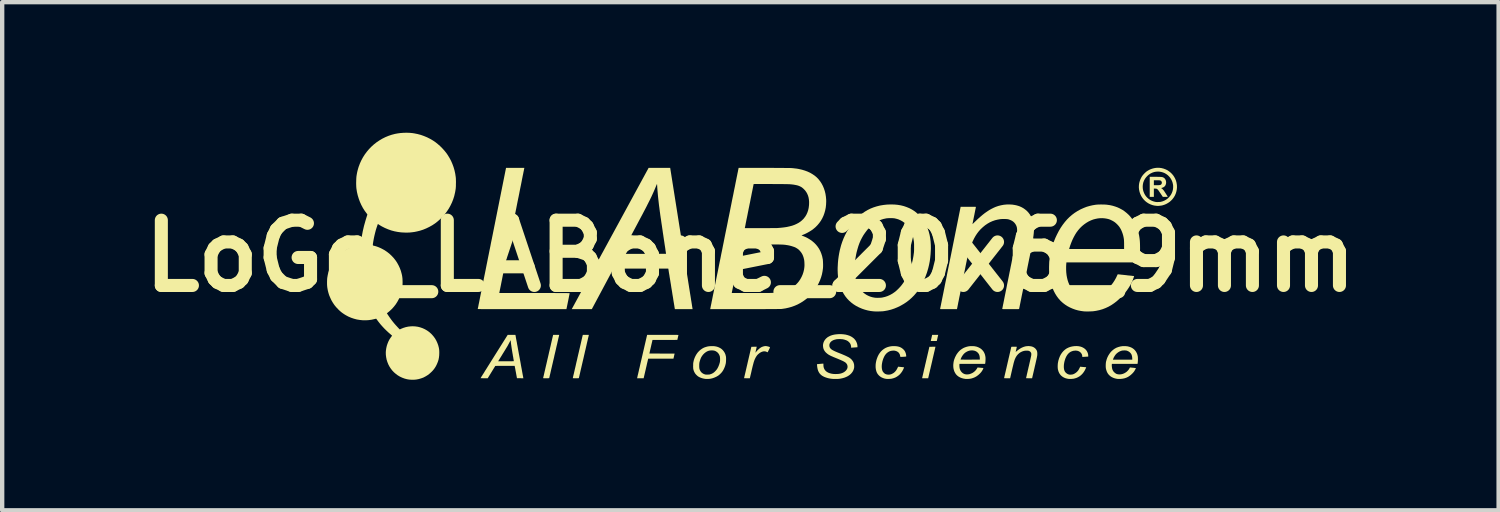
<source format=kicad_pcb>
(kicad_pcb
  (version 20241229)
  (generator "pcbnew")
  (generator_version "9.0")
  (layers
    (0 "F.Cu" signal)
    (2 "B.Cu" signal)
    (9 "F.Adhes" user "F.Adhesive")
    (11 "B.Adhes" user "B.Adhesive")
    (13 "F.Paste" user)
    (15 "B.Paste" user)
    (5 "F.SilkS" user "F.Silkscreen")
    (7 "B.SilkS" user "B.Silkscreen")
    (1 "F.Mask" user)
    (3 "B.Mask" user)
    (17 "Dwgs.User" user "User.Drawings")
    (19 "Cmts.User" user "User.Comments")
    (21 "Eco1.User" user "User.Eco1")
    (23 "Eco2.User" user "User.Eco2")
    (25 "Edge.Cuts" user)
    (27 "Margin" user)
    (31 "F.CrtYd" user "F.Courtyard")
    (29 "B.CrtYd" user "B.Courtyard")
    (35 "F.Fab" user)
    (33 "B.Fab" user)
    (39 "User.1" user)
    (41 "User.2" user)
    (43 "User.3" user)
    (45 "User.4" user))
  (footprint "LoGo_LABone_20x6_9mm"
    (layer "F.Cu")
    (at 14.193 2.831)
    (property "Reference" "LoGo_LABone_20x6_9mm" (at 0 0 0) (layer "F.SilkS") (effects (font (size 1.5 1.5) (thickness 0.3))))
    (attr board_only exclude_from_pos_files exclude_from_bom)
    (fp_poly (pts (xy 4.315 1.819) (xy 4.313 1.824) (xy 4.311 1.833) (xy 4.308 1.846) (xy 4.304 1.862) (xy 4.3 1.88) (xy 4.298 1.89) (xy 4.283 1.954) (xy 4.214 1.955) (xy 4.19 1.955) (xy 4.171 1.955) (xy 4.157 1.955) (xy 4.148 1.954) (xy 4.145 1.953) (xy 4.145 1.953) (xy 4.146 1.949) (xy 4.147 1.941) (xy 4.15 1.929) (xy 4.154 1.914) (xy 4.158 1.896) (xy 4.161 1.883) (xy 4.165 1.864) (xy 4.169 1.847) (xy 4.172 1.833) (xy 4.175 1.822) (xy 4.176 1.816) (xy 4.176 1.814) (xy 4.179 1.814) (xy 4.187 1.814) (xy 4.199 1.813) (xy 4.214 1.813) (xy 4.232 1.813) (xy 4.246 1.813) (xy 4.316 1.813)) (stroke (width 0) (type solid)) (fill yes) (layer "F.SilkS"))
    (fp_poly (pts (xy 4.25 2.097) (xy 4.249 2.101) (xy 4.247 2.111) (xy 4.244 2.125) (xy 4.24 2.143) (xy 4.235 2.165) (xy 4.229 2.191) (xy 4.222 2.219) (xy 4.215 2.251) (xy 4.207 2.284) (xy 4.199 2.319) (xy 4.19 2.356) (xy 4.182 2.394) (xy 4.173 2.433) (xy 4.164 2.471) (xy 4.155 2.51) (xy 4.146 2.547) (xy 4.138 2.584) (xy 4.129 2.619) (xy 4.122 2.653) (xy 4.114 2.684) (xy 4.108 2.713) (xy 4.102 2.738) (xy 4.097 2.76) (xy 4.093 2.778) (xy 4.089 2.792) (xy 4.087 2.801) (xy 4.087 2.804) (xy 4.087 2.804) (xy 4.085 2.811) (xy 4.015 2.811) (xy 3.996 2.811) (xy 3.979 2.811) (xy 3.964 2.811) (xy 3.953 2.81) (xy 3.947 2.81) (xy 3.945 2.81) (xy 3.946 2.807) (xy 3.948 2.799) (xy 3.951 2.786) (xy 3.955 2.769) (xy 3.96 2.747) (xy 3.966 2.721) (xy 3.973 2.692) (xy 3.98 2.66) (xy 3.988 2.624) (xy 3.997 2.586) (xy 4.007 2.546) (xy 4.016 2.503) (xy 4.027 2.459) (xy 4.029 2.449) (xy 4.113 2.088) (xy 4.183 2.087) (xy 4.253 2.087)) (stroke (width 0) (type solid)) (fill yes) (layer "F.SilkS"))
    (fp_poly (pts (xy -3.713 1.819) (xy -3.714 1.823) (xy -3.716 1.832) (xy -3.719 1.845) (xy -3.723 1.864) (xy -3.729 1.886) (xy -3.735 1.913) (xy -3.742 1.944) (xy -3.75 1.978) (xy -3.759 2.016) (xy -3.768 2.057) (xy -3.778 2.1) (xy -3.788 2.145) (xy -3.8 2.193) (xy -3.811 2.243) (xy -3.823 2.294) (xy -3.827 2.313) (xy -3.839 2.365) (xy -3.851 2.415) (xy -3.862 2.464) (xy -3.873 2.51) (xy -3.883 2.554) (xy -3.893 2.596) (xy -3.902 2.634) (xy -3.91 2.67) (xy -3.917 2.702) (xy -3.924 2.73) (xy -3.929 2.754) (xy -3.934 2.774) (xy -3.938 2.79) (xy -3.94 2.8) (xy -3.941 2.805) (xy -3.941 2.806) (xy -3.942 2.807) (xy -3.944 2.809) (xy -3.948 2.809) (xy -3.954 2.81) (xy -3.964 2.81) (xy -3.977 2.811) (xy -3.994 2.811) (xy -4.013 2.811) (xy -4.035 2.811) (xy -4.051 2.811) (xy -4.063 2.81) (xy -4.072 2.81) (xy -4.077 2.809) (xy -4.08 2.809) (xy -4.081 2.807) (xy -4.081 2.806) (xy -4.08 2.803) (xy -4.078 2.794) (xy -4.075 2.781) (xy -4.071 2.762) (xy -4.066 2.74) (xy -4.059 2.713) (xy -4.052 2.682) (xy -4.044 2.648) (xy -4.036 2.611) (xy -4.026 2.57) (xy -4.016 2.527) (xy -4.006 2.481) (xy -3.995 2.433) (xy -3.983 2.384) (xy -3.972 2.333) (xy -3.967 2.312) (xy -3.955 2.26) (xy -3.943 2.21) (xy -3.932 2.161) (xy -3.921 2.115) (xy -3.911 2.071) (xy -3.901 2.029) (xy -3.892 1.99) (xy -3.884 1.955) (xy -3.877 1.923) (xy -3.87 1.894) (xy -3.865 1.87) (xy -3.86 1.85) (xy -3.856 1.835) (xy -3.854 1.824) (xy -3.853 1.819) (xy -3.852 1.818) (xy -3.852 1.816) (xy -3.85 1.815) (xy -3.846 1.814) (xy -3.84 1.814) (xy -3.83 1.813) (xy -3.817 1.813) (xy -3.799 1.813) (xy -3.781 1.813) (xy -3.712 1.813)) (stroke (width 0) (type solid)) (fill yes) (layer "F.SilkS"))
    (fp_poly (pts (xy -4.441 1.813) (xy -4.424 1.813) (xy -4.412 1.813) (xy -4.403 1.814) (xy -4.398 1.814) (xy -4.395 1.815) (xy -4.394 1.817) (xy -4.394 1.818) (xy -4.395 1.821) (xy -4.397 1.83) (xy -4.4 1.843) (xy -4.404 1.862) (xy -4.41 1.884) (xy -4.416 1.911) (xy -4.423 1.942) (xy -4.431 1.976) (xy -4.439 2.013) (xy -4.449 2.054) (xy -4.459 2.097) (xy -4.469 2.143) (xy -4.48 2.19) (xy -4.492 2.24) (xy -4.504 2.291) (xy -4.508 2.312) (xy -4.52 2.364) (xy -4.532 2.414) (xy -4.543 2.463) (xy -4.554 2.509) (xy -4.564 2.553) (xy -4.574 2.595) (xy -4.583 2.634) (xy -4.591 2.669) (xy -4.598 2.701) (xy -4.605 2.729) (xy -4.611 2.754) (xy -4.615 2.774) (xy -4.619 2.789) (xy -4.621 2.8) (xy -4.623 2.805) (xy -4.623 2.806) (xy -4.624 2.807) (xy -4.626 2.809) (xy -4.629 2.809) (xy -4.636 2.81) (xy -4.645 2.81) (xy -4.658 2.811) (xy -4.676 2.811) (xy -4.694 2.811) (xy -4.716 2.811) (xy -4.733 2.811) (xy -4.745 2.81) (xy -4.753 2.81) (xy -4.759 2.809) (xy -4.762 2.809) (xy -4.763 2.807) (xy -4.763 2.806) (xy -4.762 2.803) (xy -4.76 2.794) (xy -4.757 2.781) (xy -4.752 2.762) (xy -4.747 2.74) (xy -4.741 2.713) (xy -4.734 2.682) (xy -4.726 2.648) (xy -4.717 2.611) (xy -4.708 2.57) (xy -4.698 2.527) (xy -4.687 2.481) (xy -4.676 2.433) (xy -4.665 2.384) (xy -4.653 2.333) (xy -4.648 2.312) (xy -4.636 2.26) (xy -4.625 2.21) (xy -4.613 2.161) (xy -4.603 2.115) (xy -4.592 2.071) (xy -4.583 2.029) (xy -4.574 1.99) (xy -4.566 1.955) (xy -4.558 1.923) (xy -4.552 1.894) (xy -4.546 1.87) (xy -4.541 1.85) (xy -4.538 1.835) (xy -4.535 1.824) (xy -4.534 1.819) (xy -4.534 1.818) (xy -4.533 1.816) (xy -4.531 1.815) (xy -4.527 1.814) (xy -4.521 1.814) (xy -4.512 1.813) (xy -4.498 1.813) (xy -4.481 1.813) (xy -4.462 1.813)) (stroke (width 0) (type solid)) (fill yes) (layer "F.SilkS"))
    (fp_poly (pts (xy 0.372 2.073) (xy 0.403 2.08) (xy 0.417 2.084) (xy 0.429 2.087) (xy 0.438 2.091) (xy 0.444 2.094) (xy 0.448 2.098) (xy 0.449 2.103) (xy 0.447 2.11) (xy 0.443 2.121) (xy 0.436 2.135) (xy 0.427 2.153) (xy 0.425 2.157) (xy 0.396 2.215) (xy 0.38 2.207) (xy 0.354 2.196) (xy 0.327 2.192) (xy 0.3 2.193) (xy 0.272 2.2) (xy 0.243 2.212) (xy 0.213 2.23) (xy 0.203 2.238) (xy 0.181 2.256) (xy 0.161 2.275) (xy 0.144 2.297) (xy 0.128 2.322) (xy 0.112 2.351) (xy 0.11 2.356) (xy 0.105 2.367) (xy 0.1 2.377) (xy 0.095 2.388) (xy 0.091 2.399) (xy 0.087 2.411) (xy 0.082 2.425) (xy 0.077 2.44) (xy 0.072 2.458) (xy 0.067 2.478) (xy 0.061 2.5) (xy 0.054 2.526) (xy 0.047 2.555) (xy 0.039 2.588) (xy 0.03 2.626) (xy 0.021 2.668) (xy 0.01 2.714) (xy -0.000414 2.757) (xy -0.013 2.811) (xy -0.079 2.811) (xy -0.098 2.811) (xy -0.115 2.81) (xy -0.128 2.81) (xy -0.139 2.81) (xy -0.144 2.809) (xy -0.145 2.809) (xy -0.145 2.806) (xy -0.143 2.797) (xy -0.14 2.784) (xy -0.136 2.767) (xy -0.131 2.745) (xy -0.125 2.719) (xy -0.118 2.69) (xy -0.11 2.657) (xy -0.102 2.621) (xy -0.093 2.583) (xy -0.084 2.543) (xy -0.074 2.501) (xy -0.064 2.457) (xy -0.062 2.447) (xy 0.022 2.088) (xy 0.083 2.087) (xy 0.102 2.087) (xy 0.118 2.087) (xy 0.131 2.087) (xy 0.14 2.087) (xy 0.145 2.087) (xy 0.145 2.088) (xy 0.145 2.091) (xy 0.143 2.098) (xy 0.14 2.11) (xy 0.137 2.125) (xy 0.133 2.142) (xy 0.13 2.155) (xy 0.126 2.174) (xy 0.122 2.191) (xy 0.119 2.205) (xy 0.117 2.215) (xy 0.115 2.221) (xy 0.115 2.223) (xy 0.117 2.221) (xy 0.122 2.216) (xy 0.129 2.208) (xy 0.133 2.203) (xy 0.154 2.178) (xy 0.177 2.155) (xy 0.201 2.133) (xy 0.224 2.115) (xy 0.246 2.101) (xy 0.256 2.095) (xy 0.286 2.083) (xy 0.315 2.075) (xy 0.343 2.071)) (stroke (width 0) (type solid)) (fill yes) (layer "F.SilkS"))
    (fp_poly (pts (xy 9.31 -1.818) (xy 9.343 -1.818) (xy 9.371 -1.817) (xy 9.395 -1.817) (xy 9.415 -1.816) (xy 9.431 -1.816) (xy 9.444 -1.814) (xy 9.455 -1.813) (xy 9.464 -1.812) (xy 9.472 -1.809) (xy 9.479 -1.807) (xy 9.486 -1.804) (xy 9.492 -1.801) (xy 9.511 -1.788) (xy 9.527 -1.771) (xy 9.539 -1.75) (xy 9.548 -1.727) (xy 9.552 -1.701) (xy 9.553 -1.689) (xy 9.55 -1.661) (xy 9.543 -1.636) (xy 9.531 -1.613) (xy 9.515 -1.595) (xy 9.495 -1.58) (xy 9.47 -1.569) (xy 9.455 -1.565) (xy 9.446 -1.562) (xy 9.44 -1.56) (xy 9.439 -1.559) (xy 9.441 -1.557) (xy 9.445 -1.554) (xy 9.453 -1.55) (xy 9.463 -1.542) (xy 9.474 -1.531) (xy 9.485 -1.519) (xy 9.495 -1.507) (xy 9.501 -1.5) (xy 9.506 -1.493) (xy 9.513 -1.482) (xy 9.522 -1.469) (xy 9.531 -1.454) (xy 9.542 -1.438) (xy 9.552 -1.422) (xy 9.562 -1.406) (xy 9.571 -1.392) (xy 9.579 -1.379) (xy 9.585 -1.369) (xy 9.589 -1.362) (xy 9.59 -1.359) (xy 9.587 -1.359) (xy 9.58 -1.358) (xy 9.568 -1.357) (xy 9.553 -1.357) (xy 9.536 -1.357) (xy 9.534 -1.357) (xy 9.477 -1.357) (xy 9.427 -1.432) (xy 9.409 -1.458) (xy 9.394 -1.48) (xy 9.382 -1.498) (xy 9.371 -1.512) (xy 9.361 -1.523) (xy 9.353 -1.532) (xy 9.345 -1.538) (xy 9.337 -1.542) (xy 9.328 -1.545) (xy 9.319 -1.546) (xy 9.308 -1.547) (xy 9.3 -1.547) (xy 9.271 -1.549) (xy 9.271 -1.453) (xy 9.271 -1.357) (xy 9.224 -1.357) (xy 9.176 -1.357) (xy 9.176 -1.588) (xy 9.176 -1.739) (xy 9.271 -1.739) (xy 9.271 -1.682) (xy 9.271 -1.625) (xy 9.327 -1.625) (xy 9.346 -1.625) (xy 9.364 -1.626) (xy 9.381 -1.626) (xy 9.394 -1.627) (xy 9.403 -1.628) (xy 9.42 -1.632) (xy 9.433 -1.637) (xy 9.442 -1.646) (xy 9.446 -1.653) (xy 9.453 -1.667) (xy 9.455 -1.68) (xy 9.454 -1.692) (xy 9.449 -1.708) (xy 9.439 -1.722) (xy 9.427 -1.73) (xy 9.423 -1.733) (xy 9.419 -1.734) (xy 9.415 -1.736) (xy 9.409 -1.737) (xy 9.4 -1.737) (xy 9.389 -1.738) (xy 9.374 -1.738) (xy 9.355 -1.738) (xy 9.343 -1.738) (xy 9.271 -1.739) (xy 9.176 -1.739) (xy 9.176 -1.819)) (stroke (width 0) (type solid)) (fill yes) (layer "F.SilkS"))
    (fp_poly (pts (xy -1.967 1.813) (xy -1.922 1.813) (xy -1.879 1.813) (xy -1.84 1.813) (xy -1.803 1.814) (xy -1.77 1.814) (xy -1.74 1.814) (xy -1.714 1.814) (xy -1.692 1.814) (xy -1.675 1.815) (xy -1.663 1.815) (xy -1.655 1.815) (xy -1.653 1.816) (xy -1.654 1.819) (xy -1.656 1.827) (xy -1.658 1.839) (xy -1.662 1.854) (xy -1.666 1.87) (xy -1.666 1.873) (xy -1.67 1.89) (xy -1.674 1.905) (xy -1.676 1.917) (xy -1.678 1.925) (xy -1.679 1.929) (xy -1.679 1.929) (xy -1.682 1.929) (xy -1.69 1.929) (xy -1.703 1.929) (xy -1.721 1.929) (xy -1.742 1.93) (xy -1.768 1.93) (xy -1.797 1.93) (xy -1.829 1.93) (xy -1.864 1.93) (xy -1.901 1.93) (xy -1.939 1.93) (xy -1.964 1.93) (xy -2.249 1.93) (xy -2.251 1.936) (xy -2.253 1.946) (xy -2.256 1.96) (xy -2.26 1.977) (xy -2.265 1.997) (xy -2.27 2.02) (xy -2.276 2.044) (xy -2.281 2.069) (xy -2.287 2.094) (xy -2.293 2.12) (xy -2.299 2.144) (xy -2.304 2.167) (xy -2.309 2.188) (xy -2.313 2.207) (xy -2.316 2.222) (xy -2.319 2.233) (xy -2.32 2.24) (xy -2.32 2.241) (xy -2.318 2.242) (xy -2.31 2.242) (xy -2.297 2.242) (xy -2.279 2.242) (xy -2.257 2.243) (xy -2.231 2.243) (xy -2.202 2.243) (xy -2.17 2.243) (xy -2.136 2.243) (xy -2.099 2.243) (xy -2.06 2.244) (xy -2.031 2.244) (xy -1.741 2.244) (xy -1.743 2.25) (xy -1.744 2.255) (xy -1.746 2.264) (xy -1.749 2.277) (xy -1.753 2.292) (xy -1.756 2.308) (xy -1.768 2.36) (xy -2.058 2.36) (xy -2.348 2.36) (xy -2.357 2.397) (xy -2.359 2.406) (xy -2.362 2.42) (xy -2.367 2.438) (xy -2.372 2.461) (xy -2.378 2.486) (xy -2.384 2.514) (xy -2.391 2.545) (xy -2.399 2.577) (xy -2.406 2.61) (xy -2.409 2.622) (xy -2.453 2.811) (xy -2.528 2.811) (xy -2.603 2.811) (xy -2.602 2.804) (xy -2.601 2.8) (xy -2.599 2.791) (xy -2.596 2.778) (xy -2.592 2.759) (xy -2.587 2.736) (xy -2.58 2.709) (xy -2.573 2.678) (xy -2.565 2.644) (xy -2.557 2.606) (xy -2.547 2.566) (xy -2.537 2.522) (xy -2.527 2.477) (xy -2.516 2.429) (xy -2.504 2.379) (xy -2.492 2.327) (xy -2.487 2.305) (xy -2.373 1.813) (xy -2.013 1.813)) (stroke (width 0) (type solid)) (fill yes) (layer "F.SilkS"))
    (fp_poly (pts (xy 9.397 -2.025) (xy 9.445 -2.019) (xy 9.493 -2.007) (xy 9.539 -1.99) (xy 9.573 -1.974) (xy 9.611 -1.95) (xy 9.648 -1.922) (xy 9.682 -1.89) (xy 9.713 -1.854) (xy 9.738 -1.817) (xy 9.761 -1.774) (xy 9.779 -1.731) (xy 9.791 -1.687) (xy 9.799 -1.64) (xy 9.801 -1.621) (xy 9.802 -1.571) (xy 9.797 -1.522) (xy 9.787 -1.474) (xy 9.772 -1.428) (xy 9.752 -1.383) (xy 9.726 -1.341) (xy 9.696 -1.302) (xy 9.674 -1.279) (xy 9.637 -1.245) (xy 9.596 -1.217) (xy 9.553 -1.193) (xy 9.507 -1.174) (xy 9.459 -1.16) (xy 9.452 -1.159) (xy 9.443 -1.157) (xy 9.431 -1.156) (xy 9.417 -1.154) (xy 9.402 -1.152) (xy 9.388 -1.151) (xy 9.375 -1.15) (xy 9.365 -1.149) (xy 9.36 -1.149) (xy 9.359 -1.149) (xy 9.356 -1.15) (xy 9.348 -1.15) (xy 9.337 -1.151) (xy 9.328 -1.152) (xy 9.28 -1.158) (xy 9.233 -1.17) (xy 9.188 -1.187) (xy 9.146 -1.208) (xy 9.106 -1.234) (xy 9.069 -1.264) (xy 9.036 -1.298) (xy 9.007 -1.335) (xy 8.981 -1.376) (xy 8.96 -1.42) (xy 8.944 -1.466) (xy 8.94 -1.481) (xy 8.93 -1.53) (xy 8.926 -1.579) (xy 8.927 -1.602) (xy 9.015 -1.602) (xy 9.016 -1.558) (xy 9.022 -1.516) (xy 9.034 -1.475) (xy 9.05 -1.436) (xy 9.07 -1.399) (xy 9.095 -1.365) (xy 9.123 -1.335) (xy 9.155 -1.308) (xy 9.19 -1.284) (xy 9.229 -1.265) (xy 9.269 -1.251) (xy 9.31 -1.241) (xy 9.328 -1.239) (xy 9.35 -1.238) (xy 9.373 -1.239) (xy 9.396 -1.24) (xy 9.417 -1.241) (xy 9.433 -1.244) (xy 9.477 -1.256) (xy 9.517 -1.273) (xy 9.554 -1.294) (xy 9.589 -1.32) (xy 9.61 -1.34) (xy 9.64 -1.373) (xy 9.665 -1.409) (xy 9.685 -1.448) (xy 9.7 -1.488) (xy 9.71 -1.53) (xy 9.714 -1.573) (xy 9.714 -1.616) (xy 9.711 -1.638) (xy 9.702 -1.681) (xy 9.688 -1.722) (xy 9.669 -1.76) (xy 9.646 -1.796) (xy 9.619 -1.828) (xy 9.589 -1.857) (xy 9.555 -1.882) (xy 9.519 -1.903) (xy 9.48 -1.919) (xy 9.439 -1.93) (xy 9.397 -1.937) (xy 9.365 -1.938) (xy 9.32 -1.936) (xy 9.277 -1.928) (xy 9.236 -1.914) (xy 9.196 -1.895) (xy 9.159 -1.871) (xy 9.125 -1.842) (xy 9.123 -1.84) (xy 9.092 -1.807) (xy 9.066 -1.771) (xy 9.046 -1.734) (xy 9.03 -1.694) (xy 9.02 -1.652) (xy 9.015 -1.607) (xy 9.015 -1.602) (xy 8.927 -1.602) (xy 8.928 -1.628) (xy 8.935 -1.676) (xy 8.948 -1.724) (xy 8.966 -1.77) (xy 8.989 -1.815) (xy 9.003 -1.836) (xy 9.017 -1.855) (xy 9.035 -1.876) (xy 9.055 -1.897) (xy 9.076 -1.917) (xy 9.096 -1.935) (xy 9.116 -1.949) (xy 9.116 -1.95) (xy 9.16 -1.976) (xy 9.206 -1.996) (xy 9.253 -2.011) (xy 9.3 -2.021) (xy 9.349 -2.026)) (stroke (width 0) (type solid)) (fill yes) (layer "F.SilkS"))
    (fp_poly (pts (xy 7.539 2.074) (xy 7.58 2.082) (xy 7.617 2.094) (xy 7.651 2.111) (xy 7.682 2.132) (xy 7.706 2.154) (xy 7.726 2.179) (xy 7.742 2.207) (xy 7.754 2.237) (xy 7.761 2.268) (xy 7.763 2.293) (xy 7.763 2.312) (xy 7.753 2.313) (xy 7.748 2.314) (xy 7.738 2.314) (xy 7.725 2.315) (xy 7.709 2.316) (xy 7.692 2.317) (xy 7.675 2.318) (xy 7.66 2.319) (xy 7.646 2.32) (xy 7.637 2.32) (xy 7.632 2.321) (xy 7.628 2.32) (xy 7.626 2.317) (xy 7.626 2.311) (xy 7.626 2.307) (xy 7.623 2.282) (xy 7.615 2.258) (xy 7.601 2.235) (xy 7.587 2.219) (xy 7.566 2.202) (xy 7.543 2.189) (xy 7.516 2.18) (xy 7.487 2.176) (xy 7.459 2.176) (xy 7.422 2.18) (xy 7.388 2.19) (xy 7.357 2.204) (xy 7.328 2.224) (xy 7.302 2.248) (xy 7.279 2.277) (xy 7.258 2.312) (xy 7.24 2.351) (xy 7.233 2.372) (xy 7.219 2.416) (xy 7.21 2.458) (xy 7.204 2.499) (xy 7.202 2.538) (xy 7.203 2.574) (xy 7.208 2.608) (xy 7.217 2.637) (xy 7.223 2.65) (xy 7.235 2.669) (xy 7.252 2.687) (xy 7.272 2.703) (xy 7.294 2.716) (xy 7.317 2.724) (xy 7.321 2.725) (xy 7.339 2.728) (xy 7.36 2.728) (xy 7.381 2.726) (xy 7.402 2.723) (xy 7.417 2.719) (xy 7.445 2.706) (xy 7.472 2.689) (xy 7.498 2.669) (xy 7.521 2.645) (xy 7.533 2.63) (xy 7.542 2.616) (xy 7.551 2.6) (xy 7.561 2.581) (xy 7.57 2.563) (xy 7.573 2.556) (xy 7.577 2.545) (xy 7.592 2.547) (xy 7.6 2.547) (xy 7.612 2.549) (xy 7.627 2.55) (xy 7.645 2.552) (xy 7.661 2.553) (xy 7.678 2.555) (xy 7.693 2.556) (xy 7.705 2.557) (xy 7.713 2.558) (xy 7.716 2.559) (xy 7.716 2.559) (xy 7.716 2.561) (xy 7.713 2.568) (xy 7.709 2.577) (xy 7.707 2.582) (xy 7.685 2.628) (xy 7.66 2.669) (xy 7.631 2.706) (xy 7.599 2.738) (xy 7.565 2.765) (xy 7.527 2.787) (xy 7.487 2.805) (xy 7.444 2.817) (xy 7.426 2.821) (xy 7.413 2.823) (xy 7.396 2.824) (xy 7.378 2.826) (xy 7.358 2.827) (xy 7.341 2.827) (xy 7.325 2.827) (xy 7.316 2.826) (xy 7.274 2.819) (xy 7.235 2.808) (xy 7.199 2.792) (xy 7.167 2.772) (xy 7.139 2.749) (xy 7.115 2.721) (xy 7.095 2.69) (xy 7.08 2.656) (xy 7.069 2.618) (xy 7.065 2.601) (xy 7.062 2.572) (xy 7.061 2.539) (xy 7.062 2.504) (xy 7.065 2.468) (xy 7.071 2.434) (xy 7.077 2.405) (xy 7.093 2.353) (xy 7.112 2.305) (xy 7.135 2.261) (xy 7.162 2.222) (xy 7.191 2.188) (xy 7.195 2.184) (xy 7.229 2.153) (xy 7.266 2.127) (xy 7.306 2.107) (xy 7.348 2.091) (xy 7.394 2.08) (xy 7.443 2.073) (xy 7.447 2.073) (xy 7.495 2.071)) (stroke (width 0) (type solid)) (fill yes) (layer "F.SilkS"))
    (fp_poly (pts (xy -5.398 1.821) (xy -5.397 1.824) (xy -5.396 1.833) (xy -5.393 1.847) (xy -5.39 1.866) (xy -5.386 1.889) (xy -5.381 1.916) (xy -5.375 1.948) (xy -5.368 1.982) (xy -5.362 2.02) (xy -5.354 2.061) (xy -5.346 2.105) (xy -5.338 2.151) (xy -5.329 2.199) (xy -5.32 2.249) (xy -5.31 2.3) (xy -5.308 2.313) (xy -5.298 2.365) (xy -5.289 2.415) (xy -5.28 2.464) (xy -5.272 2.511) (xy -5.264 2.555) (xy -5.256 2.596) (xy -5.249 2.635) (xy -5.243 2.67) (xy -5.237 2.702) (xy -5.232 2.73) (xy -5.227 2.755) (xy -5.223 2.774) (xy -5.221 2.789) (xy -5.219 2.799) (xy -5.218 2.804) (xy -5.218 2.804) (xy -5.216 2.811) (xy -5.29 2.81) (xy -5.364 2.809) (xy -5.388 2.678) (xy -5.393 2.651) (xy -5.398 2.626) (xy -5.402 2.602) (xy -5.406 2.581) (xy -5.41 2.564) (xy -5.412 2.55) (xy -5.414 2.54) (xy -5.415 2.536) (xy -5.417 2.526) (xy -5.639 2.526) (xy -5.862 2.527) (xy -5.949 2.669) (xy -6.036 2.811) (xy -6.118 2.811) (xy -6.139 2.811) (xy -6.158 2.81) (xy -6.175 2.81) (xy -6.187 2.81) (xy -6.196 2.809) (xy -6.2 2.809) (xy -6.2 2.808) (xy -6.199 2.806) (xy -6.194 2.799) (xy -6.187 2.787) (xy -6.178 2.771) (xy -6.165 2.752) (xy -6.151 2.728) (xy -6.134 2.702) (xy -6.115 2.672) (xy -6.095 2.638) (xy -6.072 2.603) (xy -6.048 2.564) (xy -6.023 2.524) (xy -5.996 2.481) (xy -5.968 2.436) (xy -5.958 2.42) (xy -5.796 2.42) (xy -5.616 2.42) (xy -5.579 2.42) (xy -5.547 2.42) (xy -5.52 2.42) (xy -5.497 2.42) (xy -5.479 2.42) (xy -5.464 2.419) (xy -5.453 2.419) (xy -5.445 2.419) (xy -5.44 2.418) (xy -5.437 2.417) (xy -5.436 2.417) (xy -5.436 2.416) (xy -5.437 2.413) (xy -5.438 2.404) (xy -5.44 2.391) (xy -5.443 2.374) (xy -5.447 2.354) (xy -5.45 2.331) (xy -5.455 2.305) (xy -5.46 2.278) (xy -5.46 2.273) (xy -5.469 2.223) (xy -5.477 2.175) (xy -5.484 2.131) (xy -5.49 2.09) (xy -5.495 2.053) (xy -5.5 2.02) (xy -5.503 1.991) (xy -5.506 1.967) (xy -5.507 1.949) (xy -5.508 1.938) (xy -5.509 1.938) (xy -5.512 1.943) (xy -5.518 1.952) (xy -5.524 1.964) (xy -5.532 1.979) (xy -5.537 1.988) (xy -5.547 2.008) (xy -5.558 2.027) (xy -5.568 2.046) (xy -5.577 2.063) (xy -5.585 2.077) (xy -5.586 2.078) (xy -5.59 2.085) (xy -5.597 2.097) (xy -5.606 2.111) (xy -5.617 2.129) (xy -5.629 2.149) (xy -5.643 2.172) (xy -5.658 2.196) (xy -5.673 2.221) (xy -5.689 2.246) (xy -5.704 2.271) (xy -5.719 2.296) (xy -5.734 2.32) (xy -5.748 2.342) (xy -5.76 2.362) (xy -5.771 2.38) (xy -5.78 2.395) (xy -5.787 2.405) (xy -5.791 2.412) (xy -5.792 2.414) (xy -5.796 2.42) (xy -5.958 2.42) (xy -5.939 2.39) (xy -5.909 2.342) (xy -5.889 2.31) (xy -5.577 1.814) (xy -5.488 1.814) (xy -5.4 1.813)) (stroke (width 0) (type solid)) (fill yes) (layer "F.SilkS"))
    (fp_poly (pts (xy 3.353 2.075) (xy 3.392 2.081) (xy 3.427 2.091) (xy 3.435 2.094) (xy 3.462 2.107) (xy 3.488 2.124) (xy 3.512 2.144) (xy 3.532 2.165) (xy 3.547 2.185) (xy 3.558 2.207) (xy 3.568 2.232) (xy 3.575 2.257) (xy 3.579 2.282) (xy 3.581 2.301) (xy 3.58 2.308) (xy 3.578 2.311) (xy 3.573 2.312) (xy 3.568 2.313) (xy 3.562 2.314) (xy 3.551 2.315) (xy 3.536 2.316) (xy 3.52 2.317) (xy 3.503 2.318) (xy 3.486 2.319) (xy 3.472 2.32) (xy 3.46 2.32) (xy 3.453 2.32) (xy 3.452 2.32) (xy 3.448 2.32) (xy 3.446 2.318) (xy 3.444 2.314) (xy 3.443 2.305) (xy 3.441 2.297) (xy 3.435 2.269) (xy 3.423 2.245) (xy 3.408 2.223) (xy 3.388 2.206) (xy 3.365 2.192) (xy 3.338 2.182) (xy 3.308 2.176) (xy 3.285 2.175) (xy 3.262 2.177) (xy 3.238 2.18) (xy 3.214 2.186) (xy 3.194 2.194) (xy 3.192 2.194) (xy 3.163 2.211) (xy 3.136 2.231) (xy 3.112 2.256) (xy 3.09 2.285) (xy 3.071 2.32) (xy 3.054 2.359) (xy 3.046 2.382) (xy 3.034 2.422) (xy 3.026 2.461) (xy 3.02 2.499) (xy 3.018 2.535) (xy 3.019 2.569) (xy 3.023 2.6) (xy 3.03 2.628) (xy 3.04 2.652) (xy 3.044 2.659) (xy 3.055 2.673) (xy 3.068 2.687) (xy 3.082 2.7) (xy 3.096 2.71) (xy 3.101 2.712) (xy 3.127 2.722) (xy 3.155 2.727) (xy 3.184 2.728) (xy 3.214 2.724) (xy 3.243 2.715) (xy 3.263 2.705) (xy 3.291 2.689) (xy 3.314 2.67) (xy 3.335 2.648) (xy 3.354 2.623) (xy 3.371 2.593) (xy 3.379 2.577) (xy 3.385 2.566) (xy 3.389 2.556) (xy 3.393 2.549) (xy 3.394 2.546) (xy 3.397 2.546) (xy 3.405 2.546) (xy 3.416 2.547) (xy 3.43 2.549) (xy 3.447 2.55) (xy 3.464 2.552) (xy 3.481 2.554) (xy 3.497 2.555) (xy 3.511 2.557) (xy 3.522 2.559) (xy 3.529 2.56) (xy 3.532 2.561) (xy 3.532 2.561) (xy 3.531 2.565) (xy 3.527 2.574) (xy 3.522 2.585) (xy 3.516 2.599) (xy 3.509 2.613) (xy 3.502 2.626) (xy 3.496 2.638) (xy 3.491 2.647) (xy 3.464 2.686) (xy 3.435 2.72) (xy 3.401 2.75) (xy 3.365 2.775) (xy 3.326 2.796) (xy 3.283 2.811) (xy 3.244 2.821) (xy 3.226 2.823) (xy 3.205 2.825) (xy 3.183 2.826) (xy 3.16 2.827) (xy 3.139 2.826) (xy 3.124 2.825) (xy 3.084 2.818) (xy 3.047 2.806) (xy 3.012 2.79) (xy 2.98 2.77) (xy 2.953 2.746) (xy 2.929 2.719) (xy 2.91 2.689) (xy 2.906 2.681) (xy 2.893 2.647) (xy 2.884 2.61) (xy 2.878 2.57) (xy 2.877 2.528) (xy 2.879 2.484) (xy 2.886 2.439) (xy 2.896 2.394) (xy 2.905 2.365) (xy 2.924 2.315) (xy 2.946 2.27) (xy 2.972 2.23) (xy 3.001 2.194) (xy 3.033 2.163) (xy 3.069 2.136) (xy 3.108 2.113) (xy 3.151 2.095) (xy 3.151 2.095) (xy 3.19 2.084) (xy 3.23 2.076) (xy 3.272 2.072) (xy 3.313 2.072)) (stroke (width 0) (type solid)) (fill yes) (layer "F.SilkS"))
    (fp_poly (pts (xy 8.626 2.073) (xy 8.67 2.078) (xy 8.711 2.089) (xy 8.749 2.103) (xy 8.783 2.122) (xy 8.813 2.144) (xy 8.839 2.171) (xy 8.861 2.201) (xy 8.879 2.234) (xy 8.893 2.271) (xy 8.902 2.312) (xy 8.903 2.322) (xy 8.904 2.34) (xy 8.905 2.362) (xy 8.905 2.386) (xy 8.904 2.411) (xy 8.902 2.435) (xy 8.9 2.456) (xy 8.9 2.457) (xy 8.896 2.48) (xy 8.602 2.48) (xy 8.307 2.48) (xy 8.305 2.493) (xy 8.304 2.507) (xy 8.304 2.524) (xy 8.306 2.543) (xy 8.308 2.562) (xy 8.31 2.579) (xy 8.313 2.589) (xy 8.32 2.614) (xy 8.33 2.634) (xy 8.342 2.653) (xy 8.358 2.672) (xy 8.36 2.673) (xy 8.382 2.692) (xy 8.404 2.707) (xy 8.428 2.716) (xy 8.455 2.721) (xy 8.482 2.723) (xy 8.518 2.72) (xy 8.552 2.712) (xy 8.586 2.699) (xy 8.618 2.681) (xy 8.648 2.66) (xy 8.674 2.634) (xy 8.697 2.606) (xy 8.711 2.582) (xy 8.722 2.562) (xy 8.735 2.564) (xy 8.742 2.565) (xy 8.753 2.566) (xy 8.768 2.567) (xy 8.785 2.569) (xy 8.802 2.57) (xy 8.824 2.573) (xy 8.841 2.575) (xy 8.852 2.576) (xy 8.857 2.578) (xy 8.857 2.579) (xy 8.856 2.584) (xy 8.852 2.593) (xy 8.846 2.605) (xy 8.839 2.618) (xy 8.831 2.632) (xy 8.823 2.645) (xy 8.816 2.656) (xy 8.812 2.662) (xy 8.798 2.678) (xy 8.781 2.697) (xy 8.761 2.716) (xy 8.742 2.734) (xy 8.722 2.749) (xy 8.716 2.754) (xy 8.678 2.779) (xy 8.638 2.798) (xy 8.596 2.812) (xy 8.552 2.821) (xy 8.505 2.826) (xy 8.494 2.826) (xy 8.477 2.827) (xy 8.46 2.826) (xy 8.444 2.826) (xy 8.433 2.825) (xy 8.432 2.825) (xy 8.398 2.819) (xy 8.364 2.81) (xy 8.332 2.798) (xy 8.302 2.783) (xy 8.285 2.773) (xy 8.272 2.763) (xy 8.256 2.75) (xy 8.241 2.735) (xy 8.228 2.721) (xy 8.22 2.711) (xy 8.204 2.686) (xy 8.19 2.657) (xy 8.179 2.625) (xy 8.17 2.593) (xy 8.169 2.583) (xy 8.166 2.562) (xy 8.165 2.538) (xy 8.165 2.511) (xy 8.166 2.484) (xy 8.168 2.458) (xy 8.171 2.436) (xy 8.173 2.427) (xy 8.185 2.383) (xy 8.33 2.383) (xy 8.553 2.383) (xy 8.775 2.383) (xy 8.774 2.347) (xy 8.771 2.316) (xy 8.765 2.289) (xy 8.757 2.265) (xy 8.744 2.244) (xy 8.729 2.225) (xy 8.706 2.205) (xy 8.68 2.189) (xy 8.656 2.179) (xy 8.646 2.176) (xy 8.638 2.174) (xy 8.628 2.172) (xy 8.617 2.172) (xy 8.603 2.171) (xy 8.594 2.171) (xy 8.568 2.172) (xy 8.545 2.174) (xy 8.525 2.179) (xy 8.505 2.186) (xy 8.484 2.195) (xy 8.45 2.215) (xy 8.42 2.238) (xy 8.392 2.267) (xy 8.369 2.3) (xy 8.348 2.337) (xy 8.337 2.365) (xy 8.33 2.383) (xy 8.185 2.383) (xy 8.185 2.381) (xy 8.202 2.335) (xy 8.223 2.292) (xy 8.248 2.252) (xy 8.275 2.215) (xy 8.3 2.188) (xy 8.335 2.157) (xy 8.373 2.13) (xy 8.414 2.108) (xy 8.458 2.092) (xy 8.503 2.08) (xy 8.551 2.073) (xy 8.601 2.072)) (stroke (width 0) (type solid)) (fill yes) (layer "F.SilkS"))
    (fp_poly (pts (xy 5.119 2.073) (xy 5.144 2.074) (xy 5.161 2.077) (xy 5.203 2.086) (xy 5.241 2.101) (xy 5.276 2.119) (xy 5.307 2.141) (xy 5.334 2.168) (xy 5.357 2.197) (xy 5.376 2.231) (xy 5.39 2.268) (xy 5.399 2.307) (xy 5.399 2.311) (xy 5.402 2.328) (xy 5.403 2.35) (xy 5.403 2.374) (xy 5.402 2.399) (xy 5.401 2.424) (xy 5.399 2.446) (xy 5.396 2.465) (xy 5.395 2.474) (xy 5.393 2.48) (xy 5.099 2.48) (xy 4.804 2.48) (xy 4.803 2.501) (xy 4.802 2.519) (xy 4.803 2.54) (xy 4.805 2.562) (xy 4.809 2.583) (xy 4.811 2.592) (xy 4.821 2.621) (xy 4.836 2.648) (xy 4.855 2.671) (xy 4.877 2.691) (xy 4.903 2.707) (xy 4.931 2.718) (xy 4.933 2.718) (xy 4.95 2.721) (xy 4.971 2.723) (xy 4.993 2.722) (xy 5.014 2.72) (xy 5.032 2.717) (xy 5.07 2.704) (xy 5.106 2.687) (xy 5.138 2.665) (xy 5.167 2.639) (xy 5.192 2.609) (xy 5.205 2.589) (xy 5.212 2.578) (xy 5.217 2.57) (xy 5.22 2.564) (xy 5.221 2.563) (xy 5.243 2.565) (xy 5.265 2.567) (xy 5.286 2.569) (xy 5.305 2.571) (xy 5.321 2.572) (xy 5.334 2.573) (xy 5.343 2.574) (xy 5.347 2.574) (xy 5.351 2.575) (xy 5.353 2.578) (xy 5.352 2.584) (xy 5.349 2.593) (xy 5.343 2.606) (xy 5.341 2.61) (xy 5.324 2.641) (xy 5.304 2.669) (xy 5.279 2.697) (xy 5.272 2.704) (xy 5.236 2.737) (xy 5.198 2.765) (xy 5.159 2.787) (xy 5.118 2.804) (xy 5.076 2.817) (xy 5.048 2.822) (xy 5.018 2.825) (xy 4.987 2.827) (xy 4.958 2.827) (xy 4.943 2.826) (xy 4.899 2.819) (xy 4.858 2.808) (xy 4.82 2.793) (xy 4.785 2.774) (xy 4.754 2.75) (xy 4.748 2.745) (xy 4.723 2.718) (xy 4.703 2.687) (xy 4.686 2.653) (xy 4.674 2.616) (xy 4.665 2.576) (xy 4.662 2.534) (xy 4.662 2.503) (xy 4.666 2.459) (xy 4.673 2.417) (xy 4.683 2.381) (xy 4.829 2.381) (xy 4.832 2.381) (xy 4.84 2.382) (xy 4.853 2.382) (xy 4.87 2.382) (xy 4.891 2.382) (xy 4.916 2.383) (xy 4.944 2.383) (xy 4.975 2.383) (xy 5.007 2.383) (xy 5.042 2.383) (xy 5.051 2.383) (xy 5.272 2.382) (xy 5.272 2.352) (xy 5.269 2.319) (xy 5.263 2.289) (xy 5.253 2.262) (xy 5.238 2.238) (xy 5.223 2.221) (xy 5.201 2.202) (xy 5.176 2.188) (xy 5.15 2.178) (xy 5.119 2.172) (xy 5.103 2.17) (xy 5.067 2.171) (xy 5.031 2.177) (xy 4.997 2.188) (xy 4.965 2.204) (xy 4.934 2.224) (xy 4.906 2.249) (xy 4.882 2.278) (xy 4.861 2.31) (xy 4.855 2.32) (xy 4.848 2.334) (xy 4.841 2.349) (xy 4.836 2.361) (xy 4.832 2.372) (xy 4.829 2.379) (xy 4.829 2.381) (xy 4.683 2.381) (xy 4.685 2.376) (xy 4.701 2.334) (xy 4.71 2.315) (xy 4.734 2.269) (xy 4.762 2.229) (xy 4.792 2.193) (xy 4.826 2.161) (xy 4.863 2.135) (xy 4.897 2.115) (xy 4.92 2.105) (xy 4.947 2.095) (xy 4.975 2.086) (xy 5.001 2.08) (xy 5.016 2.077) (xy 5.038 2.074) (xy 5.064 2.072) (xy 5.091 2.072)) (stroke (width 0) (type solid)) (fill yes) (layer "F.SilkS"))
    (fp_poly (pts (xy -0.857 2.072) (xy -0.83 2.074) (xy -0.808 2.077) (xy -0.766 2.086) (xy -0.728 2.1) (xy -0.692 2.118) (xy -0.66 2.14) (xy -0.633 2.166) (xy -0.609 2.196) (xy -0.589 2.229) (xy -0.574 2.264) (xy -0.564 2.303) (xy -0.561 2.317) (xy -0.56 2.334) (xy -0.559 2.355) (xy -0.559 2.379) (xy -0.56 2.403) (xy -0.561 2.428) (xy -0.563 2.45) (xy -0.566 2.469) (xy -0.567 2.476) (xy -0.581 2.528) (xy -0.6 2.577) (xy -0.623 2.623) (xy -0.638 2.647) (xy -0.654 2.669) (xy -0.673 2.691) (xy -0.695 2.713) (xy -0.717 2.733) (xy -0.739 2.75) (xy -0.742 2.752) (xy -0.785 2.777) (xy -0.831 2.797) (xy -0.878 2.813) (xy -0.926 2.823) (xy -0.975 2.827) (xy -1.024 2.826) (xy -1.028 2.826) (xy -1.063 2.821) (xy -1.099 2.813) (xy -1.134 2.802) (xy -1.167 2.788) (xy -1.196 2.772) (xy -1.203 2.768) (xy -1.216 2.757) (xy -1.232 2.743) (xy -1.247 2.728) (xy -1.26 2.713) (xy -1.268 2.703) (xy -1.281 2.682) (xy -1.294 2.656) (xy -1.304 2.63) (xy -1.309 2.612) (xy -1.311 2.603) (xy -1.313 2.594) (xy -1.314 2.584) (xy -1.315 2.573) (xy -1.315 2.559) (xy -1.316 2.541) (xy -1.316 2.529) (xy -1.315 2.523) (xy -1.176 2.523) (xy -1.176 2.546) (xy -1.175 2.565) (xy -1.173 2.581) (xy -1.171 2.594) (xy -1.167 2.607) (xy -1.161 2.621) (xy -1.155 2.634) (xy -1.141 2.657) (xy -1.122 2.679) (xy -1.099 2.697) (xy -1.073 2.712) (xy -1.045 2.722) (xy -1.043 2.723) (xy -1.033 2.725) (xy -1.023 2.726) (xy -1.012 2.727) (xy -0.998 2.727) (xy -0.982 2.727) (xy -0.965 2.726) (xy -0.951 2.726) (xy -0.94 2.724) (xy -0.93 2.722) (xy -0.919 2.718) (xy -0.918 2.718) (xy -0.89 2.708) (xy -0.865 2.695) (xy -0.842 2.68) (xy -0.819 2.66) (xy -0.807 2.648) (xy -0.779 2.617) (xy -0.755 2.581) (xy -0.735 2.541) (xy -0.718 2.498) (xy -0.704 2.452) (xy -0.702 2.443) (xy -0.699 2.424) (xy -0.697 2.402) (xy -0.697 2.379) (xy -0.697 2.356) (xy -0.699 2.334) (xy -0.701 2.315) (xy -0.703 2.305) (xy -0.715 2.274) (xy -0.73 2.248) (xy -0.748 2.225) (xy -0.768 2.208) (xy -0.793 2.191) (xy -0.82 2.179) (xy -0.849 2.173) (xy -0.88 2.17) (xy -0.898 2.17) (xy -0.934 2.174) (xy -0.967 2.182) (xy -0.998 2.195) (xy -1.027 2.213) (xy -1.056 2.236) (xy -1.064 2.243) (xy -1.089 2.269) (xy -1.11 2.297) (xy -1.129 2.327) (xy -1.144 2.36) (xy -1.157 2.397) (xy -1.168 2.436) (xy -1.171 2.449) (xy -1.173 2.46) (xy -1.174 2.471) (xy -1.175 2.482) (xy -1.176 2.496) (xy -1.176 2.514) (xy -1.176 2.523) (xy -1.315 2.523) (xy -1.315 2.504) (xy -1.315 2.484) (xy -1.314 2.467) (xy -1.312 2.452) (xy -1.31 2.44) (xy -1.299 2.392) (xy -1.283 2.345) (xy -1.263 2.301) (xy -1.239 2.259) (xy -1.212 2.221) (xy -1.18 2.186) (xy -1.146 2.156) (xy -1.109 2.13) (xy -1.081 2.114) (xy -1.054 2.102) (xy -1.024 2.092) (xy -0.993 2.083) (xy -0.968 2.078) (xy -0.943 2.075) (xy -0.915 2.073) (xy -0.886 2.072)) (stroke (width 0) (type solid)) (fill yes) (layer "F.SilkS"))
    (fp_poly (pts (xy 6.415 2.073) (xy 6.449 2.077) (xy 6.479 2.085) (xy 6.506 2.097) (xy 6.529 2.112) (xy 6.547 2.127) (xy 6.565 2.149) (xy 6.579 2.171) (xy 6.588 2.196) (xy 6.592 2.224) (xy 6.593 2.254) (xy 6.593 2.259) (xy 6.592 2.266) (xy 6.592 2.273) (xy 6.591 2.28) (xy 6.591 2.287) (xy 6.59 2.295) (xy 6.588 2.304) (xy 6.586 2.315) (xy 6.584 2.327) (xy 6.581 2.342) (xy 6.577 2.359) (xy 6.573 2.379) (xy 6.567 2.403) (xy 6.561 2.43) (xy 6.554 2.461) (xy 6.546 2.497) (xy 6.536 2.538) (xy 6.528 2.575) (xy 6.473 2.811) (xy 6.404 2.811) (xy 6.384 2.811) (xy 6.367 2.81) (xy 6.353 2.81) (xy 6.342 2.81) (xy 6.336 2.809) (xy 6.334 2.808) (xy 6.335 2.805) (xy 6.337 2.797) (xy 6.34 2.784) (xy 6.344 2.767) (xy 6.349 2.746) (xy 6.354 2.721) (xy 6.361 2.693) (xy 6.368 2.662) (xy 6.375 2.629) (xy 6.384 2.594) (xy 6.391 2.561) (xy 6.402 2.516) (xy 6.411 2.476) (xy 6.419 2.441) (xy 6.426 2.411) (xy 6.432 2.384) (xy 6.437 2.362) (xy 6.441 2.343) (xy 6.445 2.326) (xy 6.448 2.313) (xy 6.45 2.302) (xy 6.452 2.293) (xy 6.453 2.285) (xy 6.454 2.279) (xy 6.454 2.273) (xy 6.455 2.268) (xy 6.455 2.263) (xy 6.455 2.258) (xy 6.455 2.258) (xy 6.454 2.245) (xy 6.453 2.235) (xy 6.45 2.227) (xy 6.447 2.222) (xy 6.436 2.205) (xy 6.42 2.192) (xy 6.403 2.183) (xy 6.389 2.179) (xy 6.372 2.177) (xy 6.352 2.176) (xy 6.33 2.177) (xy 6.309 2.178) (xy 6.289 2.182) (xy 6.282 2.183) (xy 6.243 2.196) (xy 6.207 2.214) (xy 6.175 2.236) (xy 6.146 2.263) (xy 6.12 2.294) (xy 6.097 2.331) (xy 6.088 2.35) (xy 6.083 2.361) (xy 6.078 2.372) (xy 6.073 2.384) (xy 6.069 2.397) (xy 6.064 2.412) (xy 6.059 2.429) (xy 6.053 2.449) (xy 6.047 2.472) (xy 6.041 2.498) (xy 6.034 2.528) (xy 6.025 2.563) (xy 6.016 2.602) (xy 6.01 2.628) (xy 5.968 2.811) (xy 5.899 2.811) (xy 5.875 2.811) (xy 5.857 2.81) (xy 5.844 2.81) (xy 5.835 2.809) (xy 5.831 2.808) (xy 5.83 2.808) (xy 5.83 2.804) (xy 5.832 2.796) (xy 5.835 2.783) (xy 5.839 2.765) (xy 5.844 2.743) (xy 5.85 2.717) (xy 5.857 2.688) (xy 5.865 2.655) (xy 5.873 2.619) (xy 5.882 2.581) (xy 5.891 2.541) (xy 5.901 2.498) (xy 5.911 2.454) (xy 5.912 2.448) (xy 5.923 2.403) (xy 5.932 2.361) (xy 5.942 2.32) (xy 5.951 2.282) (xy 5.959 2.246) (xy 5.967 2.213) (xy 5.974 2.183) (xy 5.98 2.156) (xy 5.985 2.134) (xy 5.989 2.116) (xy 5.992 2.102) (xy 5.994 2.093) (xy 5.995 2.089) (xy 5.995 2.089) (xy 5.998 2.088) (xy 6.005 2.088) (xy 6.017 2.087) (xy 6.032 2.087) (xy 6.05 2.087) (xy 6.059 2.087) (xy 6.08 2.087) (xy 6.096 2.087) (xy 6.107 2.087) (xy 6.115 2.088) (xy 6.12 2.088) (xy 6.122 2.089) (xy 6.122 2.091) (xy 6.122 2.092) (xy 6.121 2.097) (xy 6.118 2.106) (xy 6.115 2.119) (xy 6.112 2.133) (xy 6.109 2.148) (xy 6.105 2.164) (xy 6.102 2.178) (xy 6.099 2.19) (xy 6.097 2.2) (xy 6.096 2.205) (xy 6.096 2.206) (xy 6.098 2.204) (xy 6.104 2.2) (xy 6.112 2.193) (xy 6.122 2.185) (xy 6.153 2.16) (xy 6.182 2.14) (xy 6.21 2.122) (xy 6.236 2.108) (xy 6.276 2.091) (xy 6.315 2.079) (xy 6.354 2.073) (xy 6.395 2.071)) (stroke (width 0) (type solid)) (fill yes) (layer "F.SilkS"))
    (fp_poly (pts (xy -5.195 -2.018) (xy -5.196 -2.014) (xy -5.198 -2.006) (xy -5.201 -1.992) (xy -5.204 -1.973) (xy -5.209 -1.95) (xy -5.215 -1.922) (xy -5.221 -1.889) (xy -5.229 -1.853) (xy -5.237 -1.812) (xy -5.246 -1.768) (xy -5.255 -1.72) (xy -5.265 -1.669) (xy -5.276 -1.614) (xy -5.288 -1.557) (xy -5.3 -1.497) (xy -5.312 -1.434) (xy -5.325 -1.369) (xy -5.339 -1.302) (xy -5.353 -1.233) (xy -5.367 -1.162) (xy -5.381 -1.09) (xy -5.396 -1.016) (xy -5.411 -0.941) (xy -5.426 -0.865) (xy -5.442 -0.789) (xy -5.457 -0.712) (xy -5.473 -0.634) (xy -5.488 -0.557) (xy -5.504 -0.479) (xy -5.519 -0.402) (xy -5.535 -0.325) (xy -5.55 -0.249) (xy -5.565 -0.174) (xy -5.58 -0.1) (xy -5.594 -0.027) (xy -5.609 0.044) (xy -5.622 0.114) (xy -5.636 0.182) (xy -5.649 0.248) (xy -5.662 0.311) (xy -5.674 0.372) (xy -5.686 0.43) (xy -5.697 0.486) (xy -5.707 0.538) (xy -5.717 0.587) (xy -5.726 0.632) (xy -5.734 0.674) (xy -5.742 0.712) (xy -5.749 0.746) (xy -5.755 0.775) (xy -5.76 0.8) (xy -5.764 0.82) (xy -5.767 0.836) (xy -5.769 0.846) (xy -5.77 0.851) (xy -5.77 0.851) (xy -5.767 0.851) (xy -5.759 0.851) (xy -5.745 0.852) (xy -5.727 0.852) (xy -5.703 0.852) (xy -5.675 0.852) (xy -5.643 0.852) (xy -5.607 0.852) (xy -5.567 0.852) (xy -5.523 0.852) (xy -5.475 0.852) (xy -5.425 0.852) (xy -5.371 0.852) (xy -5.315 0.852) (xy -5.256 0.852) (xy -5.195 0.852) (xy -5.132 0.852) (xy -5.067 0.852) (xy -5 0.852) (xy -4.962 0.852) (xy -4.881 0.852) (xy -4.806 0.852) (xy -4.737 0.852) (xy -4.672 0.852) (xy -4.613 0.852) (xy -4.558 0.852) (xy -4.507 0.852) (xy -4.462 0.853) (xy -4.42 0.853) (xy -4.382 0.853) (xy -4.348 0.853) (xy -4.317 0.853) (xy -4.29 0.853) (xy -4.266 0.853) (xy -4.245 0.853) (xy -4.227 0.853) (xy -4.211 0.854) (xy -4.198 0.854) (xy -4.187 0.854) (xy -4.177 0.854) (xy -4.17 0.855) (xy -4.165 0.855) (xy -4.16 0.855) (xy -4.157 0.856) (xy -4.155 0.856) (xy -4.154 0.857) (xy -4.154 0.857) (xy -4.154 0.857) (xy -4.154 0.861) (xy -4.156 0.87) (xy -4.158 0.883) (xy -4.162 0.9) (xy -4.166 0.922) (xy -4.171 0.946) (xy -4.176 0.973) (xy -4.182 1.002) (xy -4.188 1.033) (xy -4.19 1.042) (xy -4.227 1.222) (xy -5.247 1.222) (xy -5.34 1.222) (xy -5.428 1.222) (xy -5.511 1.222) (xy -5.588 1.222) (xy -5.661 1.222) (xy -5.728 1.222) (xy -5.791 1.222) (xy -5.848 1.222) (xy -5.902 1.222) (xy -5.951 1.222) (xy -5.996 1.222) (xy -6.037 1.222) (xy -6.073 1.222) (xy -6.106 1.222) (xy -6.136 1.222) (xy -6.162 1.222) (xy -6.185 1.222) (xy -6.204 1.221) (xy -6.221 1.221) (xy -6.234 1.221) (xy -6.245 1.221) (xy -6.254 1.22) (xy -6.26 1.22) (xy -6.264 1.22) (xy -6.265 1.22) (xy -6.265 1.219) (xy -6.265 1.216) (xy -6.263 1.208) (xy -6.26 1.194) (xy -6.256 1.176) (xy -6.251 1.152) (xy -6.246 1.123) (xy -6.239 1.09) (xy -6.231 1.052) (xy -6.223 1.01) (xy -6.214 0.964) (xy -6.204 0.913) (xy -6.193 0.859) (xy -6.181 0.801) (xy -6.169 0.74) (xy -6.156 0.675) (xy -6.142 0.607) (xy -6.128 0.536) (xy -6.113 0.462) (xy -6.097 0.385) (xy -6.081 0.305) (xy -6.065 0.223) (xy -6.048 0.139) (xy -6.031 0.052) (xy -6.013 -0.036) (xy -5.995 -0.127) (xy -5.976 -0.219) (xy -5.958 -0.313) (xy -5.939 -0.404) (xy -5.615 -2.024) (xy -5.404 -2.024) (xy -5.194 -2.024)) (stroke (width 0) (type solid)) (fill yes) (layer "F.SilkS"))
    (fp_poly (pts (xy -1.588 -0.412) (xy -1.573 -0.317) (xy -1.558 -0.223) (xy -1.543 -0.131) (xy -1.529 -0.04) (xy -1.515 0.048) (xy -1.501 0.135) (xy -1.488 0.219) (xy -1.475 0.301) (xy -1.462 0.381) (xy -1.45 0.458) (xy -1.438 0.532) (xy -1.427 0.604) (xy -1.416 0.672) (xy -1.406 0.737) (xy -1.396 0.798) (xy -1.387 0.856) (xy -1.378 0.91) (xy -1.37 0.96) (xy -1.363 1.006) (xy -1.356 1.048) (xy -1.35 1.085) (xy -1.345 1.118) (xy -1.341 1.146) (xy -1.337 1.17) (xy -1.334 1.188) (xy -1.332 1.201) (xy -1.331 1.209) (xy -1.33 1.211) (xy -1.328 1.223) (xy -1.532 1.223) (xy -1.735 1.223) (xy -1.737 1.214) (xy -1.738 1.21) (xy -1.739 1.201) (xy -1.742 1.187) (xy -1.745 1.168) (xy -1.748 1.145) (xy -1.753 1.117) (xy -1.758 1.086) (xy -1.764 1.051) (xy -1.77 1.014) (xy -1.776 0.973) (xy -1.783 0.93) (xy -1.791 0.884) (xy -1.798 0.837) (xy -1.806 0.787) (xy -1.812 0.754) (xy -1.82 0.704) (xy -1.827 0.655) (xy -1.835 0.609) (xy -1.842 0.564) (xy -1.849 0.522) (xy -1.856 0.482) (xy -1.861 0.446) (xy -1.867 0.412) (xy -1.872 0.383) (xy -1.876 0.357) (xy -1.879 0.335) (xy -1.882 0.318) (xy -1.884 0.306) (xy -1.885 0.299) (xy -1.886 0.297) (xy -1.887 0.291) (xy -2.517 0.291) (xy -3.146 0.291) (xy -3.395 0.757) (xy -3.644 1.223) (xy -3.875 1.223) (xy -4.105 1.223) (xy -4.098 1.209) (xy -4.096 1.206) (xy -4.092 1.198) (xy -4.085 1.185) (xy -4.075 1.168) (xy -4.064 1.146) (xy -4.049 1.12) (xy -4.033 1.089) (xy -4.014 1.055) (xy -3.993 1.016) (xy -3.97 0.974) (xy -3.945 0.928) (xy -3.918 0.878) (xy -3.889 0.825) (xy -3.859 0.769) (xy -3.826 0.71) (xy -3.792 0.648) (xy -3.757 0.582) (xy -3.72 0.515) (xy -3.682 0.444) (xy -3.642 0.371) (xy -3.601 0.296) (xy -3.559 0.218) (xy -3.515 0.139) (xy -3.471 0.057) (xy -3.426 -0.026) (xy -3.414 -0.048) (xy -2.964 -0.048) (xy -2.451 -0.048) (xy -2.398 -0.048) (xy -2.346 -0.048) (xy -2.295 -0.049) (xy -2.247 -0.049) (xy -2.202 -0.049) (xy -2.159 -0.049) (xy -2.119 -0.049) (xy -2.082 -0.049) (xy -2.049 -0.049) (xy -2.019 -0.049) (xy -1.994 -0.049) (xy -1.973 -0.049) (xy -1.957 -0.049) (xy -1.945 -0.049) (xy -1.939 -0.049) (xy -1.938 -0.049) (xy -1.939 -0.052) (xy -1.94 -0.06) (xy -1.942 -0.074) (xy -1.945 -0.092) (xy -1.948 -0.114) (xy -1.952 -0.14) (xy -1.956 -0.17) (xy -1.961 -0.204) (xy -1.967 -0.241) (xy -1.973 -0.281) (xy -1.979 -0.323) (xy -1.986 -0.367) (xy -1.993 -0.414) (xy -2 -0.462) (xy -2.001 -0.471) (xy -2.011 -0.534) (xy -2.019 -0.593) (xy -2.027 -0.646) (xy -2.034 -0.695) (xy -2.041 -0.74) (xy -2.047 -0.781) (xy -2.052 -0.818) (xy -2.057 -0.852) (xy -2.062 -0.882) (xy -2.066 -0.911) (xy -2.07 -0.937) (xy -2.073 -0.961) (xy -2.076 -0.983) (xy -2.079 -1.004) (xy -2.082 -1.024) (xy -2.084 -1.044) (xy -2.087 -1.063) (xy -2.089 -1.083) (xy -2.092 -1.103) (xy -2.094 -1.123) (xy -2.097 -1.14) (xy -2.107 -1.225) (xy -2.116 -1.305) (xy -2.124 -1.38) (xy -2.13 -1.45) (xy -2.136 -1.517) (xy -2.14 -1.572) (xy -2.141 -1.592) (xy -2.142 -1.611) (xy -2.143 -1.626) (xy -2.144 -1.639) (xy -2.145 -1.647) (xy -2.146 -1.65) (xy -2.147 -1.651) (xy -2.149 -1.648) (xy -2.153 -1.64) (xy -2.158 -1.628) (xy -2.165 -1.611) (xy -2.169 -1.602) (xy -2.18 -1.575) (xy -2.191 -1.549) (xy -2.202 -1.523) (xy -2.213 -1.498) (xy -2.224 -1.472) (xy -2.236 -1.446) (xy -2.248 -1.419) (xy -2.261 -1.391) (xy -2.274 -1.362) (xy -2.289 -1.332) (xy -2.304 -1.3) (xy -2.321 -1.267) (xy -2.339 -1.231) (xy -2.358 -1.194) (xy -2.378 -1.153) (xy -2.4 -1.11) (xy -2.424 -1.064) (xy -2.45 -1.015) (xy -2.477 -0.963) (xy -2.507 -0.907) (xy -2.539 -0.847) (xy -2.573 -0.783) (xy -2.609 -0.715) (xy -2.648 -0.642) (xy -2.688 -0.567) (xy -2.964 -0.048) (xy -3.414 -0.048) (xy -3.379 -0.111) (xy -3.332 -0.198) (xy -3.284 -0.286) (xy -3.236 -0.375) (xy -3.215 -0.413) (xy -2.339 -2.023) (xy -2.091 -2.023) (xy -1.843 -2.023)) (stroke (width 0) (type solid)) (fill yes) (layer "F.SilkS"))
    (fp_poly (pts (xy 2.14 1.801) (xy 2.19 1.808) (xy 2.236 1.82) (xy 2.278 1.834) (xy 2.317 1.853) (xy 2.351 1.875) (xy 2.382 1.9) (xy 2.386 1.905) (xy 2.407 1.929) (xy 2.426 1.957) (xy 2.44 1.987) (xy 2.451 2.018) (xy 2.458 2.048) (xy 2.46 2.074) (xy 2.46 2.098) (xy 2.444 2.099) (xy 2.435 2.1) (xy 2.422 2.101) (xy 2.407 2.102) (xy 2.39 2.103) (xy 2.382 2.104) (xy 2.365 2.105) (xy 2.35 2.106) (xy 2.337 2.107) (xy 2.328 2.108) (xy 2.325 2.108) (xy 2.315 2.11) (xy 2.315 2.095) (xy 2.313 2.073) (xy 2.308 2.049) (xy 2.3 2.027) (xy 2.297 2.021) (xy 2.288 2.006) (xy 2.275 1.99) (xy 2.259 1.974) (xy 2.243 1.96) (xy 2.227 1.95) (xy 2.226 1.949) (xy 2.208 1.94) (xy 2.186 1.932) (xy 2.162 1.924) (xy 2.137 1.918) (xy 2.132 1.917) (xy 2.117 1.914) (xy 2.098 1.913) (xy 2.075 1.911) (xy 2.051 1.911) (xy 2.028 1.911) (xy 2.005 1.912) (xy 1.985 1.914) (xy 1.969 1.916) (xy 1.968 1.917) (xy 1.932 1.926) (xy 1.902 1.937) (xy 1.877 1.951) (xy 1.855 1.967) (xy 1.853 1.969) (xy 1.836 1.988) (xy 1.824 2.009) (xy 1.816 2.032) (xy 1.814 2.055) (xy 1.816 2.078) (xy 1.823 2.1) (xy 1.835 2.12) (xy 1.842 2.128) (xy 1.851 2.137) (xy 1.86 2.145) (xy 1.872 2.154) (xy 1.885 2.162) (xy 1.901 2.171) (xy 1.919 2.18) (xy 1.941 2.191) (xy 1.967 2.202) (xy 1.997 2.215) (xy 2.032 2.229) (xy 2.047 2.235) (xy 2.09 2.252) (xy 2.128 2.268) (xy 2.161 2.282) (xy 2.19 2.295) (xy 2.215 2.307) (xy 2.237 2.318) (xy 2.257 2.328) (xy 2.273 2.338) (xy 2.288 2.348) (xy 2.3 2.358) (xy 2.312 2.368) (xy 2.322 2.378) (xy 2.326 2.382) (xy 2.347 2.409) (xy 2.364 2.436) (xy 2.375 2.466) (xy 2.382 2.493) (xy 2.385 2.53) (xy 2.384 2.566) (xy 2.376 2.6) (xy 2.363 2.634) (xy 2.345 2.666) (xy 2.321 2.696) (xy 2.308 2.71) (xy 2.277 2.737) (xy 2.241 2.761) (xy 2.201 2.781) (xy 2.158 2.798) (xy 2.111 2.811) (xy 2.061 2.821) (xy 2.027 2.825) (xy 2.006 2.826) (xy 1.982 2.827) (xy 1.956 2.827) (xy 1.93 2.827) (xy 1.905 2.826) (xy 1.885 2.825) (xy 1.881 2.825) (xy 1.83 2.818) (xy 1.782 2.808) (xy 1.736 2.794) (xy 1.694 2.778) (xy 1.657 2.758) (xy 1.644 2.75) (xy 1.617 2.728) (xy 1.593 2.703) (xy 1.573 2.673) (xy 1.557 2.64) (xy 1.545 2.602) (xy 1.537 2.56) (xy 1.533 2.528) (xy 1.532 2.514) (xy 1.531 2.501) (xy 1.531 2.492) (xy 1.531 2.488) (xy 1.531 2.487) (xy 1.534 2.487) (xy 1.542 2.486) (xy 1.553 2.485) (xy 1.568 2.484) (xy 1.584 2.482) (xy 1.601 2.48) (xy 1.619 2.479) (xy 1.636 2.477) (xy 1.651 2.476) (xy 1.663 2.475) (xy 1.671 2.475) (xy 1.675 2.474) (xy 1.677 2.477) (xy 1.678 2.483) (xy 1.678 2.495) (xy 1.678 2.507) (xy 1.679 2.53) (xy 1.682 2.551) (xy 1.687 2.571) (xy 1.695 2.591) (xy 1.699 2.6) (xy 1.715 2.625) (xy 1.735 2.647) (xy 1.76 2.666) (xy 1.789 2.682) (xy 1.823 2.695) (xy 1.861 2.705) (xy 1.892 2.71) (xy 1.923 2.713) (xy 1.956 2.714) (xy 1.99 2.713) (xy 2.022 2.711) (xy 2.051 2.707) (xy 2.063 2.705) (xy 2.096 2.696) (xy 2.126 2.684) (xy 2.153 2.669) (xy 2.176 2.652) (xy 2.196 2.633) (xy 2.212 2.612) (xy 2.224 2.59) (xy 2.231 2.567) (xy 2.233 2.544) (xy 2.23 2.52) (xy 2.222 2.497) (xy 2.221 2.494) (xy 2.214 2.483) (xy 2.207 2.473) (xy 2.199 2.463) (xy 2.189 2.453) (xy 2.176 2.444) (xy 2.161 2.434) (xy 2.143 2.424) (xy 2.122 2.413) (xy 2.097 2.402) (xy 2.068 2.389) (xy 2.035 2.375) (xy 1.997 2.359) (xy 1.977 2.351) (xy 1.938 2.335) (xy 1.904 2.321) (xy 1.875 2.308) (xy 1.849 2.297) (xy 1.827 2.285) (xy 1.807 2.275) (xy 1.79 2.264) (xy 1.775 2.253) (xy 1.76 2.242) (xy 1.747 2.23) (xy 1.733 2.218) (xy 1.733 2.218) (xy 1.711 2.192) (xy 1.693 2.164) (xy 1.68 2.135) (xy 1.672 2.103) (xy 1.672 2.101) (xy 1.668 2.065) (xy 1.67 2.03) (xy 1.678 1.996) (xy 1.691 1.964) (xy 1.709 1.933) (xy 1.732 1.905) (xy 1.744 1.893) (xy 1.774 1.868) (xy 1.809 1.848) (xy 1.847 1.83) (xy 1.891 1.816) (xy 1.938 1.806) (xy 1.99 1.8) (xy 2.033 1.797) (xy 2.088 1.797)) (stroke (width 0) (type solid)) (fill yes) (layer "F.SilkS"))
    (fp_poly (pts (xy 3.313 -1.181) (xy 3.387 -1.174) (xy 3.458 -1.162) (xy 3.526 -1.145) (xy 3.59 -1.123) (xy 3.653 -1.097) (xy 3.712 -1.066) (xy 3.768 -1.03) (xy 3.79 -1.014) (xy 3.844 -0.969) (xy 3.893 -0.922) (xy 3.939 -0.87) (xy 3.979 -0.815) (xy 4.016 -0.757) (xy 4.048 -0.695) (xy 4.075 -0.629) (xy 4.098 -0.56) (xy 4.117 -0.488) (xy 4.131 -0.412) (xy 4.141 -0.333) (xy 4.146 -0.251) (xy 4.147 -0.166) (xy 4.145 -0.124) (xy 4.14 -0.038) (xy 4.132 0.044) (xy 4.121 0.124) (xy 4.106 0.201) (xy 4.088 0.277) (xy 4.066 0.353) (xy 4.054 0.391) (xy 4.022 0.478) (xy 3.987 0.561) (xy 3.949 0.639) (xy 3.907 0.713) (xy 3.862 0.782) (xy 3.813 0.847) (xy 3.76 0.908) (xy 3.704 0.964) (xy 3.645 1.016) (xy 3.582 1.064) (xy 3.526 1.101) (xy 3.455 1.142) (xy 3.382 1.178) (xy 3.307 1.209) (xy 3.232 1.234) (xy 3.156 1.253) (xy 3.078 1.267) (xy 3.056 1.27) (xy 3.039 1.272) (xy 3.017 1.273) (xy 2.993 1.274) (xy 2.966 1.275) (xy 2.938 1.276) (xy 2.911 1.276) (xy 2.886 1.276) (xy 2.863 1.275) (xy 2.845 1.275) (xy 2.839 1.274) (xy 2.767 1.266) (xy 2.698 1.253) (xy 2.631 1.235) (xy 2.566 1.213) (xy 2.503 1.186) (xy 2.49 1.18) (xy 2.428 1.148) (xy 2.37 1.111) (xy 2.317 1.071) (xy 2.268 1.028) (xy 2.223 0.98) (xy 2.182 0.929) (xy 2.145 0.873) (xy 2.112 0.814) (xy 2.11 0.81) (xy 2.082 0.75) (xy 2.059 0.688) (xy 2.04 0.623) (xy 2.025 0.555) (xy 2.014 0.484) (xy 2.008 0.411) (xy 2.005 0.333) (xy 2.005 0.295) (xy 2.393 0.295) (xy 2.394 0.355) (xy 2.399 0.414) (xy 2.399 0.415) (xy 2.408 0.481) (xy 2.42 0.542) (xy 2.437 0.599) (xy 2.457 0.652) (xy 2.481 0.701) (xy 2.51 0.746) (xy 2.542 0.788) (xy 2.576 0.824) (xy 2.617 0.86) (xy 2.66 0.89) (xy 2.705 0.914) (xy 2.752 0.934) (xy 2.802 0.949) (xy 2.855 0.959) (xy 2.856 0.959) (xy 2.874 0.961) (xy 2.897 0.962) (xy 2.923 0.963) (xy 2.95 0.962) (xy 2.976 0.961) (xy 3.001 0.96) (xy 3.023 0.957) (xy 3.035 0.955) (xy 3.095 0.941) (xy 3.152 0.922) (xy 3.208 0.897) (xy 3.262 0.867) (xy 3.313 0.832) (xy 3.339 0.812) (xy 3.357 0.796) (xy 3.377 0.777) (xy 3.399 0.756) (xy 3.421 0.733) (xy 3.441 0.711) (xy 3.46 0.69) (xy 3.47 0.677) (xy 3.483 0.66) (xy 3.498 0.64) (xy 3.514 0.617) (xy 3.53 0.594) (xy 3.545 0.571) (xy 3.558 0.55) (xy 3.567 0.535) (xy 3.602 0.468) (xy 3.634 0.396) (xy 3.664 0.322) (xy 3.69 0.244) (xy 3.713 0.164) (xy 3.732 0.082) (xy 3.747 0.000348) (xy 3.758 -0.08) (xy 3.759 -0.095) (xy 3.76 -0.114) (xy 3.761 -0.137) (xy 3.761 -0.162) (xy 3.761 -0.188) (xy 3.761 -0.215) (xy 3.761 -0.242) (xy 3.761 -0.267) (xy 3.76 -0.289) (xy 3.759 -0.307) (xy 3.758 -0.321) (xy 3.748 -0.384) (xy 3.736 -0.442) (xy 3.72 -0.496) (xy 3.701 -0.547) (xy 3.679 -0.593) (xy 3.652 -0.637) (xy 3.622 -0.678) (xy 3.614 -0.689) (xy 3.577 -0.729) (xy 3.536 -0.764) (xy 3.493 -0.795) (xy 3.447 -0.82) (xy 3.399 -0.841) (xy 3.347 -0.856) (xy 3.324 -0.861) (xy 3.313 -0.864) (xy 3.303 -0.865) (xy 3.292 -0.866) (xy 3.281 -0.867) (xy 3.267 -0.868) (xy 3.25 -0.868) (xy 3.229 -0.868) (xy 3.22 -0.868) (xy 3.196 -0.868) (xy 3.177 -0.868) (xy 3.162 -0.867) (xy 3.149 -0.866) (xy 3.137 -0.865) (xy 3.126 -0.864) (xy 3.113 -0.862) (xy 3.112 -0.861) (xy 3.055 -0.849) (xy 3 -0.831) (xy 2.947 -0.809) (xy 2.895 -0.781) (xy 2.845 -0.748) (xy 2.811 -0.722) (xy 2.796 -0.71) (xy 2.779 -0.694) (xy 2.76 -0.676) (xy 2.741 -0.657) (xy 2.721 -0.637) (xy 2.703 -0.618) (xy 2.687 -0.6) (xy 2.676 -0.586) (xy 2.635 -0.531) (xy 2.597 -0.476) (xy 2.564 -0.418) (xy 2.533 -0.358) (xy 2.506 -0.295) (xy 2.482 -0.229) (xy 2.461 -0.159) (xy 2.441 -0.085) (xy 2.43 -0.034) (xy 2.417 0.038) (xy 2.406 0.106) (xy 2.399 0.171) (xy 2.394 0.234) (xy 2.393 0.295) (xy 2.005 0.295) (xy 2.006 0.252) (xy 2.007 0.239) (xy 2.011 0.159) (xy 2.018 0.083) (xy 2.028 0.01) (xy 2.04 -0.061) (xy 2.054 -0.13) (xy 2.072 -0.199) (xy 2.085 -0.248) (xy 2.111 -0.326) (xy 2.141 -0.403) (xy 2.175 -0.478) (xy 2.213 -0.551) (xy 2.255 -0.622) (xy 2.299 -0.69) (xy 2.347 -0.754) (xy 2.397 -0.815) (xy 2.45 -0.871) (xy 2.505 -0.923) (xy 2.562 -0.97) (xy 2.568 -0.974) (xy 2.629 -1.017) (xy 2.693 -1.055) (xy 2.76 -1.088) (xy 2.83 -1.116) (xy 2.903 -1.139) (xy 2.978 -1.158) (xy 3.057 -1.171) (xy 3.137 -1.18) (xy 3.221 -1.183) (xy 3.236 -1.183)) (stroke (width 0) (type solid)) (fill yes) (layer "F.SilkS"))
    (fp_poly (pts (xy 8.1 -1.181) (xy 8.128 -1.181) (xy 8.154 -1.18) (xy 8.176 -1.178) (xy 8.194 -1.177) (xy 8.197 -1.176) (xy 8.261 -1.167) (xy 8.32 -1.154) (xy 8.377 -1.137) (xy 8.431 -1.118) (xy 8.484 -1.094) (xy 8.485 -1.093) (xy 8.543 -1.062) (xy 8.597 -1.026) (xy 8.648 -0.985) (xy 8.696 -0.941) (xy 8.74 -0.892) (xy 8.78 -0.839) (xy 8.816 -0.783) (xy 8.849 -0.723) (xy 8.877 -0.66) (xy 8.901 -0.594) (xy 8.92 -0.525) (xy 8.924 -0.507) (xy 8.932 -0.47) (xy 8.938 -0.434) (xy 8.943 -0.399) (xy 8.947 -0.364) (xy 8.95 -0.326) (xy 8.952 -0.285) (xy 8.953 -0.24) (xy 8.953 -0.235) (xy 8.954 -0.179) (xy 8.953 -0.126) (xy 8.951 -0.075) (xy 8.947 -0.025) (xy 8.941 0.028) (xy 8.934 0.084) (xy 8.933 0.097) (xy 8.93 0.113) (xy 8.928 0.127) (xy 8.927 0.138) (xy 8.926 0.145) (xy 8.926 0.148) (xy 8.923 0.148) (xy 8.915 0.148) (xy 8.901 0.148) (xy 8.882 0.148) (xy 8.859 0.148) (xy 8.831 0.148) (xy 8.799 0.148) (xy 8.762 0.148) (xy 8.722 0.148) (xy 8.678 0.148) (xy 8.63 0.148) (xy 8.579 0.148) (xy 8.526 0.148) (xy 8.469 0.148) (xy 8.41 0.148) (xy 8.348 0.148) (xy 8.285 0.148) (xy 8.219 0.148) (xy 8.152 0.148) (xy 8.093 0.148) (xy 7.261 0.148) (xy 7.261 0.155) (xy 7.26 0.16) (xy 7.26 0.17) (xy 7.258 0.182) (xy 7.258 0.187) (xy 7.257 0.201) (xy 7.256 0.219) (xy 7.255 0.24) (xy 7.255 0.264) (xy 7.255 0.289) (xy 7.255 0.314) (xy 7.256 0.337) (xy 7.257 0.358) (xy 7.258 0.375) (xy 7.258 0.378) (xy 7.265 0.442) (xy 7.276 0.501) (xy 7.289 0.555) (xy 7.306 0.607) (xy 7.326 0.655) (xy 7.349 0.7) (xy 7.376 0.742) (xy 7.38 0.748) (xy 7.39 0.762) (xy 7.405 0.778) (xy 7.421 0.795) (xy 7.439 0.814) (xy 7.457 0.831) (xy 7.474 0.847) (xy 7.49 0.86) (xy 7.498 0.866) (xy 7.54 0.892) (xy 7.586 0.914) (xy 7.633 0.93) (xy 7.666 0.938) (xy 7.677 0.941) (xy 7.688 0.942) (xy 7.699 0.943) (xy 7.711 0.944) (xy 7.727 0.945) (xy 7.747 0.945) (xy 7.755 0.945) (xy 7.798 0.944) (xy 7.838 0.94) (xy 7.875 0.934) (xy 7.912 0.925) (xy 7.951 0.912) (xy 7.968 0.905) (xy 8.029 0.879) (xy 8.087 0.848) (xy 8.141 0.812) (xy 8.193 0.771) (xy 8.242 0.726) (xy 8.287 0.676) (xy 8.329 0.623) (xy 8.367 0.565) (xy 8.402 0.503) (xy 8.431 0.441) (xy 8.435 0.432) (xy 8.439 0.425) (xy 8.441 0.422) (xy 8.441 0.422) (xy 8.445 0.422) (xy 8.454 0.423) (xy 8.467 0.424) (xy 8.484 0.426) (xy 8.504 0.428) (xy 8.527 0.431) (xy 8.552 0.433) (xy 8.579 0.436) (xy 8.607 0.439) (xy 8.635 0.442) (xy 8.663 0.446) (xy 8.69 0.449) (xy 8.716 0.451) (xy 8.741 0.454) (xy 8.763 0.456) (xy 8.782 0.459) (xy 8.797 0.46) (xy 8.808 0.462) (xy 8.815 0.462) (xy 8.816 0.463) (xy 8.816 0.466) (xy 8.814 0.473) (xy 8.811 0.484) (xy 8.806 0.498) (xy 8.801 0.513) (xy 8.796 0.528) (xy 8.791 0.543) (xy 8.787 0.553) (xy 8.76 0.613) (xy 8.729 0.673) (xy 8.692 0.733) (xy 8.651 0.793) (xy 8.605 0.851) (xy 8.555 0.909) (xy 8.501 0.964) (xy 8.443 1.018) (xy 8.417 1.041) (xy 8.357 1.087) (xy 8.295 1.129) (xy 8.23 1.166) (xy 8.163 1.197) (xy 8.093 1.224) (xy 8.021 1.245) (xy 7.946 1.261) (xy 7.885 1.27) (xy 7.868 1.272) (xy 7.847 1.273) (xy 7.822 1.274) (xy 7.796 1.275) (xy 7.769 1.276) (xy 7.742 1.276) (xy 7.716 1.276) (xy 7.693 1.275) (xy 7.674 1.275) (xy 7.666 1.274) (xy 7.598 1.265) (xy 7.531 1.252) (xy 7.466 1.234) (xy 7.403 1.211) (xy 7.342 1.184) (xy 7.284 1.153) (xy 7.23 1.118) (xy 7.179 1.079) (xy 7.132 1.036) (xy 7.122 1.026) (xy 7.078 0.976) (xy 7.038 0.922) (xy 7.002 0.864) (xy 6.97 0.802) (xy 6.942 0.737) (xy 6.917 0.667) (xy 6.897 0.594) (xy 6.881 0.517) (xy 6.87 0.436) (xy 6.868 0.425) (xy 6.866 0.404) (xy 6.865 0.379) (xy 6.864 0.35) (xy 6.863 0.319) (xy 6.863 0.286) (xy 6.863 0.252) (xy 6.864 0.22) (xy 6.865 0.189) (xy 6.866 0.16) (xy 6.867 0.136) (xy 6.868 0.125) (xy 6.88 0.029) (xy 6.897 -0.064) (xy 6.918 -0.154) (xy 6.919 -0.16) (xy 7.324 -0.16) (xy 7.957 -0.16) (xy 8.59 -0.16) (xy 8.588 -0.256) (xy 8.588 -0.291) (xy 8.587 -0.321) (xy 8.585 -0.347) (xy 8.584 -0.371) (xy 8.581 -0.393) (xy 8.578 -0.413) (xy 8.574 -0.434) (xy 8.569 -0.456) (xy 8.568 -0.462) (xy 8.556 -0.505) (xy 8.541 -0.547) (xy 8.524 -0.588) (xy 8.505 -0.625) (xy 8.484 -0.659) (xy 8.479 -0.667) (xy 8.464 -0.686) (xy 8.446 -0.707) (xy 8.426 -0.728) (xy 8.405 -0.748) (xy 8.384 -0.766) (xy 8.367 -0.779) (xy 8.347 -0.792) (xy 8.323 -0.806) (xy 8.297 -0.819) (xy 8.272 -0.831) (xy 8.249 -0.84) (xy 8.239 -0.844) (xy 8.19 -0.856) (xy 8.139 -0.864) (xy 8.086 -0.868) (xy 8.033 -0.867) (xy 7.978 -0.861) (xy 7.925 -0.85) (xy 7.88 -0.838) (xy 7.825 -0.817) (xy 7.772 -0.792) (xy 7.72 -0.761) (xy 7.669 -0.725) (xy 7.621 -0.686) (xy 7.576 -0.642) (xy 7.534 -0.594) (xy 7.496 -0.544) (xy 7.462 -0.49) (xy 7.43 -0.432) (xy 7.399 -0.368) (xy 7.371 -0.3) (xy 7.345 -0.229) (xy 7.331 -0.183) (xy 7.324 -0.16) (xy 6.919 -0.16) (xy 6.943 -0.243) (xy 6.974 -0.331) (xy 7.01 -0.419) (xy 7.046 -0.495) (xy 7.087 -0.574) (xy 7.13 -0.647) (xy 7.177 -0.716) (xy 7.226 -0.78) (xy 7.277 -0.839) (xy 7.332 -0.894) (xy 7.39 -0.944) (xy 7.45 -0.989) (xy 7.514 -1.03) (xy 7.581 -1.067) (xy 7.593 -1.073) (xy 7.66 -1.103) (xy 7.727 -1.129) (xy 7.796 -1.149) (xy 7.866 -1.165) (xy 7.94 -1.177) (xy 7.952 -1.178) (xy 7.969 -1.179) (xy 7.991 -1.181) (xy 8.016 -1.181) (xy 8.043 -1.182) (xy 8.072 -1.182)) (stroke (width 0) (type solid)) (fill yes) (layer "F.SilkS"))
    (fp_poly (pts (xy 6.02 -1.179) (xy 6.084 -1.169) (xy 6.123 -1.16) (xy 6.176 -1.144) (xy 6.225 -1.123) (xy 6.272 -1.097) (xy 6.314 -1.067) (xy 6.354 -1.034) (xy 6.389 -0.996) (xy 6.42 -0.955) (xy 6.447 -0.91) (xy 6.47 -0.862) (xy 6.488 -0.811) (xy 6.502 -0.758) (xy 6.509 -0.712) (xy 6.513 -0.68) (xy 6.515 -0.648) (xy 6.516 -0.616) (xy 6.515 -0.584) (xy 6.513 -0.549) (xy 6.51 -0.511) (xy 6.505 -0.468) (xy 6.504 -0.459) (xy 6.502 -0.447) (xy 6.501 -0.436) (xy 6.499 -0.425) (xy 6.498 -0.415) (xy 6.497 -0.404) (xy 6.495 -0.393) (xy 6.493 -0.382) (xy 6.491 -0.37) (xy 6.489 -0.358) (xy 6.487 -0.344) (xy 6.484 -0.329) (xy 6.481 -0.312) (xy 6.478 -0.294) (xy 6.474 -0.274) (xy 6.47 -0.251) (xy 6.465 -0.227) (xy 6.46 -0.199) (xy 6.454 -0.17) (xy 6.447 -0.137) (xy 6.44 -0.101) (xy 6.433 -0.061) (xy 6.424 -0.018) (xy 6.415 0.028) (xy 6.404 0.079) (xy 6.393 0.134) (xy 6.381 0.193) (xy 6.368 0.257) (xy 6.355 0.326) (xy 6.34 0.4) (xy 6.324 0.479) (xy 6.313 0.531) (xy 6.301 0.593) (xy 6.289 0.653) (xy 6.277 0.711) (xy 6.266 0.768) (xy 6.255 0.822) (xy 6.244 0.874) (xy 6.234 0.923) (xy 6.225 0.97) (xy 6.216 1.013) (xy 6.208 1.053) (xy 6.201 1.089) (xy 6.194 1.121) (xy 6.189 1.149) (xy 6.184 1.173) (xy 6.18 1.192) (xy 6.177 1.207) (xy 6.175 1.216) (xy 6.175 1.22) (xy 6.175 1.22) (xy 6.172 1.221) (xy 6.164 1.221) (xy 6.151 1.222) (xy 6.134 1.222) (xy 6.113 1.222) (xy 6.088 1.223) (xy 6.06 1.223) (xy 6.03 1.223) (xy 5.998 1.223) (xy 5.981 1.223) (xy 5.942 1.223) (xy 5.909 1.223) (xy 5.88 1.223) (xy 5.856 1.223) (xy 5.837 1.222) (xy 5.821 1.222) (xy 5.809 1.222) (xy 5.8 1.221) (xy 5.793 1.221) (xy 5.789 1.22) (xy 5.787 1.22) (xy 5.787 1.219) (xy 5.788 1.216) (xy 5.789 1.207) (xy 5.792 1.194) (xy 5.795 1.176) (xy 5.8 1.153) (xy 5.805 1.125) (xy 5.812 1.094) (xy 5.819 1.058) (xy 5.827 1.019) (xy 5.835 0.977) (xy 5.844 0.932) (xy 5.854 0.883) (xy 5.864 0.832) (xy 5.875 0.779) (xy 5.886 0.724) (xy 5.897 0.666) (xy 5.909 0.607) (xy 5.918 0.563) (xy 5.936 0.475) (xy 5.952 0.393) (xy 5.968 0.316) (xy 5.982 0.244) (xy 5.996 0.177) (xy 6.008 0.115) (xy 6.02 0.057) (xy 6.031 0.003) (xy 6.041 -0.046) (xy 6.05 -0.092) (xy 6.058 -0.134) (xy 6.066 -0.173) (xy 6.073 -0.208) (xy 6.079 -0.24) (xy 6.085 -0.269) (xy 6.09 -0.295) (xy 6.095 -0.319) (xy 6.099 -0.34) (xy 6.102 -0.359) (xy 6.106 -0.376) (xy 6.108 -0.391) (xy 6.111 -0.405) (xy 6.113 -0.417) (xy 6.115 -0.428) (xy 6.116 -0.437) (xy 6.118 -0.446) (xy 6.119 -0.454) (xy 6.12 -0.462) (xy 6.121 -0.469) (xy 6.122 -0.476) (xy 6.122 -0.484) (xy 6.123 -0.491) (xy 6.124 -0.499) (xy 6.125 -0.507) (xy 6.125 -0.507) (xy 6.127 -0.534) (xy 6.129 -0.561) (xy 6.129 -0.588) (xy 6.128 -0.613) (xy 6.126 -0.636) (xy 6.123 -0.654) (xy 6.121 -0.664) (xy 6.108 -0.7) (xy 6.09 -0.732) (xy 6.068 -0.761) (xy 6.042 -0.786) (xy 6.012 -0.807) (xy 5.977 -0.824) (xy 5.939 -0.838) (xy 5.92 -0.843) (xy 5.905 -0.845) (xy 5.887 -0.847) (xy 5.865 -0.848) (xy 5.841 -0.849) (xy 5.816 -0.849) (xy 5.791 -0.849) (xy 5.768 -0.847) (xy 5.748 -0.846) (xy 5.746 -0.846) (xy 5.683 -0.835) (xy 5.621 -0.82) (xy 5.561 -0.799) (xy 5.503 -0.773) (xy 5.447 -0.741) (xy 5.393 -0.704) (xy 5.341 -0.661) (xy 5.29 -0.613) (xy 5.287 -0.61) (xy 5.247 -0.565) (xy 5.208 -0.514) (xy 5.172 -0.459) (xy 5.138 -0.398) (xy 5.106 -0.331) (xy 5.076 -0.26) (xy 5.048 -0.183) (xy 5.022 -0.101) (xy 4.998 -0.014) (xy 4.986 0.036) (xy 4.984 0.044) (xy 4.982 0.057) (xy 4.978 0.075) (xy 4.973 0.097) (xy 4.968 0.124) (xy 4.961 0.155) (xy 4.954 0.19) (xy 4.946 0.229) (xy 4.938 0.271) (xy 4.929 0.315) (xy 4.919 0.363) (xy 4.909 0.412) (xy 4.899 0.464) (xy 4.888 0.518) (xy 4.877 0.573) (xy 4.866 0.629) (xy 4.862 0.647) (xy 4.851 0.703) (xy 4.84 0.757) (xy 4.83 0.81) (xy 4.819 0.861) (xy 4.81 0.909) (xy 4.8 0.955) (xy 4.792 0.998) (xy 4.784 1.038) (xy 4.776 1.074) (xy 4.77 1.108) (xy 4.764 1.137) (xy 4.759 1.162) (xy 4.755 1.183) (xy 4.752 1.199) (xy 4.749 1.21) (xy 4.748 1.216) (xy 4.748 1.217) (xy 4.746 1.223) (xy 4.552 1.223) (xy 4.514 1.223) (xy 4.481 1.223) (xy 4.454 1.223) (xy 4.43 1.223) (xy 4.411 1.223) (xy 4.396 1.222) (xy 4.384 1.222) (xy 4.375 1.222) (xy 4.368 1.221) (xy 4.364 1.221) (xy 4.361 1.22) (xy 4.36 1.219) (xy 4.359 1.218) (xy 4.359 1.218) (xy 4.36 1.215) (xy 4.362 1.206) (xy 4.364 1.193) (xy 4.368 1.174) (xy 4.373 1.15) (xy 4.379 1.122) (xy 4.385 1.089) (xy 4.393 1.052) (xy 4.401 1.011) (xy 4.41 0.966) (xy 4.42 0.917) (xy 4.431 0.864) (xy 4.442 0.808) (xy 4.454 0.749) (xy 4.466 0.687) (xy 4.479 0.622) (xy 4.493 0.555) (xy 4.507 0.485) (xy 4.521 0.413) (xy 4.536 0.338) (xy 4.551 0.262) (xy 4.567 0.184) (xy 4.583 0.104) (xy 4.596 0.042) (xy 4.831 -1.129) (xy 5.007 -1.129) (xy 5.038 -1.129) (xy 5.067 -1.129) (xy 5.094 -1.129) (xy 5.119 -1.129) (xy 5.14 -1.129) (xy 5.157 -1.129) (xy 5.17 -1.128) (xy 5.179 -1.128) (xy 5.183 -1.128) (xy 5.183 -1.128) (xy 5.182 -1.125) (xy 5.18 -1.117) (xy 5.178 -1.105) (xy 5.175 -1.088) (xy 5.17 -1.067) (xy 5.165 -1.043) (xy 5.16 -1.016) (xy 5.154 -0.987) (xy 5.148 -0.955) (xy 5.143 -0.931) (xy 5.136 -0.898) (xy 5.13 -0.867) (xy 5.124 -0.838) (xy 5.119 -0.812) (xy 5.114 -0.788) (xy 5.11 -0.768) (xy 5.107 -0.752) (xy 5.104 -0.74) (xy 5.103 -0.733) (xy 5.103 -0.732) (xy 5.105 -0.733) (xy 5.11 -0.738) (xy 5.119 -0.746) (xy 5.13 -0.756) (xy 5.143 -0.769) (xy 5.158 -0.784) (xy 5.166 -0.791) (xy 5.224 -0.847) (xy 5.28 -0.897) (xy 5.334 -0.943) (xy 5.386 -0.984) (xy 5.438 -1.02) (xy 5.488 -1.053) (xy 5.538 -1.081) (xy 5.588 -1.106) (xy 5.633 -1.126) (xy 5.696 -1.148) (xy 5.759 -1.164) (xy 5.824 -1.176) (xy 5.889 -1.182) (xy 5.955 -1.183)) (stroke (width 0) (type solid)) (fill yes) (layer "F.SilkS"))
    (fp_poly (pts (xy -7.836 -2.829) (xy -7.768 -2.823) (xy -7.723 -2.816) (xy -7.648 -2.801) (xy -7.573 -2.781) (xy -7.5 -2.755) (xy -7.428 -2.725) (xy -7.359 -2.69) (xy -7.292 -2.651) (xy -7.239 -2.615) (xy -7.185 -2.572) (xy -7.131 -2.525) (xy -7.08 -2.474) (xy -7.032 -2.421) (xy -6.988 -2.366) (xy -6.957 -2.322) (xy -6.916 -2.255) (xy -6.879 -2.186) (xy -6.848 -2.115) (xy -6.821 -2.042) (xy -6.799 -1.966) (xy -6.782 -1.888) (xy -6.773 -1.827) (xy -6.771 -1.813) (xy -6.77 -1.801) (xy -6.768 -1.788) (xy -6.768 -1.774) (xy -6.767 -1.759) (xy -6.767 -1.741) (xy -6.766 -1.72) (xy -6.766 -1.694) (xy -6.766 -1.683) (xy -6.767 -1.648) (xy -6.767 -1.617) (xy -6.768 -1.59) (xy -6.77 -1.565) (xy -6.772 -1.541) (xy -6.776 -1.517) (xy -6.78 -1.492) (xy -6.785 -1.464) (xy -6.788 -1.45) (xy -6.806 -1.373) (xy -6.83 -1.298) (xy -6.859 -1.225) (xy -6.893 -1.155) (xy -6.931 -1.087) (xy -6.974 -1.022) (xy -7.02 -0.96) (xy -7.071 -0.902) (xy -7.126 -0.847) (xy -7.184 -0.796) (xy -7.245 -0.748) (xy -7.31 -0.705) (xy -7.378 -0.667) (xy -7.448 -0.633) (xy -7.521 -0.603) (xy -7.596 -0.579) (xy -7.597 -0.579) (xy -7.657 -0.564) (xy -7.715 -0.552) (xy -7.773 -0.544) (xy -7.832 -0.538) (xy -7.894 -0.536) (xy -7.942 -0.537) (xy -8.023 -0.541) (xy -8.101 -0.551) (xy -8.178 -0.566) (xy -8.253 -0.586) (xy -8.326 -0.612) (xy -8.399 -0.643) (xy -8.47 -0.679) (xy -8.514 -0.705) (xy -8.527 -0.713) (xy -8.539 -0.721) (xy -8.548 -0.727) (xy -8.554 -0.731) (xy -8.555 -0.732) (xy -8.557 -0.733) (xy -8.559 -0.732) (xy -8.562 -0.729) (xy -8.565 -0.722) (xy -8.569 -0.711) (xy -8.573 -0.698) (xy -8.592 -0.642) (xy -8.61 -0.583) (xy -8.626 -0.521) (xy -8.641 -0.458) (xy -8.654 -0.396) (xy -8.665 -0.335) (xy -8.674 -0.277) (xy -8.676 -0.256) (xy -8.678 -0.241) (xy -8.65 -0.234) (xy -8.601 -0.221) (xy -8.553 -0.204) (xy -8.504 -0.183) (xy -8.467 -0.165) (xy -8.406 -0.132) (xy -8.349 -0.093) (xy -8.295 -0.051) (xy -8.245 -0.004) (xy -8.198 0.046) (xy -8.156 0.099) (xy -8.118 0.156) (xy -8.085 0.216) (xy -8.056 0.278) (xy -8.032 0.342) (xy -8.014 0.408) (xy -8.011 0.42) (xy -8.005 0.447) (xy -8.001 0.471) (xy -7.998 0.495) (xy -7.995 0.518) (xy -7.994 0.543) (xy -7.993 0.571) (xy -7.992 0.604) (xy -7.992 0.61) (xy -7.993 0.643) (xy -7.993 0.672) (xy -7.995 0.698) (xy -7.997 0.721) (xy -8 0.745) (xy -8.004 0.769) (xy -8.01 0.795) (xy -8.011 0.8) (xy -8.029 0.866) (xy -8.052 0.932) (xy -8.08 0.995) (xy -8.113 1.055) (xy -8.15 1.113) (xy -8.193 1.168) (xy -8.239 1.219) (xy -8.29 1.267) (xy -8.335 1.304) (xy -8.353 1.317) (xy -8.338 1.341) (xy -8.312 1.38) (xy -8.283 1.422) (xy -8.252 1.465) (xy -8.219 1.508) (xy -8.187 1.547) (xy -8.176 1.56) (xy -8.162 1.576) (xy -8.147 1.593) (xy -8.13 1.611) (xy -8.114 1.629) (xy -8.099 1.645) (xy -8.085 1.66) (xy -8.074 1.672) (xy -8.065 1.68) (xy -8.056 1.689) (xy -8.028 1.675) (xy -7.974 1.653) (xy -7.919 1.636) (xy -7.862 1.624) (xy -7.804 1.618) (xy -7.763 1.616) (xy -7.703 1.619) (xy -7.644 1.627) (xy -7.588 1.641) (xy -7.533 1.66) (xy -7.481 1.684) (xy -7.43 1.713) (xy -7.382 1.747) (xy -7.337 1.787) (xy -7.318 1.806) (xy -7.28 1.85) (xy -7.246 1.897) (xy -7.217 1.947) (xy -7.193 2) (xy -7.173 2.055) (xy -7.166 2.082) (xy -7.158 2.114) (xy -7.153 2.144) (xy -7.15 2.175) (xy -7.149 2.209) (xy -7.149 2.231) (xy -7.151 2.286) (xy -7.157 2.338) (xy -7.167 2.388) (xy -7.183 2.437) (xy -7.203 2.485) (xy -7.208 2.496) (xy -7.227 2.534) (xy -7.248 2.568) (xy -7.27 2.6) (xy -7.295 2.63) (xy -7.322 2.659) (xy -7.366 2.7) (xy -7.412 2.736) (xy -7.462 2.767) (xy -7.513 2.794) (xy -7.568 2.814) (xy -7.624 2.83) (xy -7.683 2.841) (xy -7.684 2.841) (xy -7.701 2.842) (xy -7.723 2.844) (xy -7.747 2.844) (xy -7.772 2.845) (xy -7.796 2.844) (xy -7.817 2.843) (xy -7.834 2.842) (xy -7.835 2.842) (xy -7.891 2.833) (xy -7.947 2.818) (xy -8.001 2.798) (xy -8.054 2.773) (xy -8.104 2.743) (xy -8.147 2.711) (xy -8.19 2.674) (xy -8.229 2.633) (xy -8.264 2.588) (xy -8.295 2.54) (xy -8.321 2.49) (xy -8.342 2.437) (xy -8.359 2.383) (xy -8.37 2.327) (xy -8.377 2.271) (xy -8.378 2.213) (xy -8.375 2.173) (xy -8.367 2.119) (xy -8.355 2.065) (xy -8.337 2.012) (xy -8.316 1.961) (xy -8.291 1.914) (xy -8.261 1.87) (xy -8.248 1.852) (xy -8.24 1.842) (xy -8.236 1.836) (xy -8.235 1.832) (xy -8.236 1.829) (xy -8.236 1.829) (xy -8.24 1.826) (xy -8.247 1.82) (xy -8.256 1.812) (xy -8.267 1.802) (xy -8.271 1.799) (xy -8.317 1.759) (xy -8.363 1.716) (xy -8.409 1.671) (xy -8.452 1.625) (xy -8.493 1.579) (xy -8.501 1.569) (xy -8.509 1.559) (xy -8.52 1.546) (xy -8.531 1.532) (xy -8.543 1.517) (xy -8.555 1.501) (xy -8.566 1.486) (xy -8.577 1.472) (xy -8.585 1.46) (xy -8.592 1.451) (xy -8.596 1.445) (xy -8.597 1.444) (xy -8.6 1.443) (xy -8.609 1.444) (xy -8.622 1.447) (xy -8.634 1.45) (xy -8.702 1.465) (xy -8.771 1.475) (xy -8.84 1.479) (xy -8.908 1.478) (xy -8.977 1.471) (xy -9.044 1.46) (xy -9.111 1.442) (xy -9.176 1.42) (xy -9.239 1.393) (xy -9.3 1.36) (xy -9.337 1.337) (xy -9.372 1.313) (xy -9.404 1.289) (xy -9.435 1.262) (xy -9.466 1.233) (xy -9.474 1.224) (xy -9.519 1.177) (xy -9.558 1.129) (xy -9.592 1.079) (xy -9.624 1.025) (xy -9.638 0.997) (xy -9.661 0.946) (xy -9.681 0.898) (xy -9.696 0.849) (xy -9.709 0.799) (xy -9.719 0.745) (xy -9.723 0.718) (xy -9.725 0.698) (xy -9.727 0.674) (xy -9.728 0.646) (xy -9.728 0.617) (xy -9.728 0.587) (xy -9.727 0.559) (xy -9.726 0.533) (xy -9.724 0.51) (xy -9.723 0.502) (xy -9.712 0.438) (xy -9.698 0.378) (xy -9.68 0.319) (xy -9.674 0.302) (xy -9.666 0.285) (xy -9.657 0.264) (xy -9.646 0.24) (xy -9.634 0.216) (xy -9.622 0.193) (xy -9.61 0.171) (xy -9.6 0.153) (xy -9.597 0.148) (xy -9.557 0.09) (xy -9.513 0.036) (xy -9.465 -0.014) (xy -9.414 -0.06) (xy -9.359 -0.102) (xy -9.302 -0.139) (xy -9.241 -0.171) (xy -9.178 -0.199) (xy -9.113 -0.222) (xy -9.046 -0.239) (xy -8.988 -0.25) (xy -8.954 -0.255) (xy -8.954 -0.263) (xy -8.954 -0.27) (xy -8.953 -0.282) (xy -8.951 -0.297) (xy -8.948 -0.316) (xy -8.946 -0.337) (xy -8.943 -0.36) (xy -8.939 -0.383) (xy -8.936 -0.405) (xy -8.933 -0.427) (xy -8.93 -0.446) (xy -8.907 -0.569) (xy -8.879 -0.689) (xy -8.846 -0.807) (xy -8.82 -0.892) (xy -8.814 -0.91) (xy -8.809 -0.926) (xy -8.805 -0.939) (xy -8.803 -0.949) (xy -8.802 -0.955) (xy -8.802 -0.956) (xy -8.805 -0.959) (xy -8.81 -0.966) (xy -8.817 -0.975) (xy -8.819 -0.978) (xy -8.864 -1.039) (xy -8.905 -1.104) (xy -8.941 -1.172) (xy -8.973 -1.243) (xy -9 -1.317) (xy -9.023 -1.393) (xy -9.041 -1.471) (xy -9.053 -1.547) (xy -9.055 -1.568) (xy -9.057 -1.594) (xy -9.058 -1.623) (xy -9.059 -1.655) (xy -9.059 -1.688) (xy -9.058 -1.72) (xy -9.057 -1.752) (xy -9.056 -1.782) (xy -9.054 -1.808) (xy -9.052 -1.83) (xy -9.052 -1.83) (xy -9.044 -1.88) (xy -9.035 -1.927) (xy -9.024 -1.972) (xy -9.011 -2.018) (xy -9 -2.053) (xy -8.972 -2.127) (xy -8.939 -2.199) (xy -8.902 -2.267) (xy -8.86 -2.333) (xy -8.813 -2.396) (xy -8.763 -2.455) (xy -8.709 -2.511) (xy -8.651 -2.563) (xy -8.59 -2.611) (xy -8.526 -2.654) (xy -8.459 -2.694) (xy -8.389 -2.729) (xy -8.317 -2.759) (xy -8.243 -2.784) (xy -8.166 -2.804) (xy -8.108 -2.815) (xy -8.042 -2.824) (xy -7.974 -2.829) (xy -7.905 -2.831)) (stroke (width 0) (type solid)) (fill yes) (layer "F.SilkS"))
    (fp_poly (pts (xy 0.319 -2.023) (xy 0.397 -2.023) (xy 0.469 -2.023) (xy 0.535 -2.023) (xy 0.597 -2.022) (xy 0.653 -2.022) (xy 0.704 -2.022) (xy 0.749 -2.022) (xy 0.79 -2.021) (xy 0.826 -2.021) (xy 0.857 -2.021) (xy 0.883 -2.02) (xy 0.905 -2.02) (xy 0.923 -2.02) (xy 0.936 -2.019) (xy 0.944 -2.019) (xy 0.946 -2.019) (xy 0.982 -2.016) (xy 1.013 -2.012) (xy 1.041 -2.009) (xy 1.066 -2.006) (xy 1.089 -2.002) (xy 1.111 -1.998) (xy 1.116 -1.997) (xy 1.186 -1.981) (xy 1.252 -1.961) (xy 1.314 -1.938) (xy 1.372 -1.911) (xy 1.425 -1.88) (xy 1.474 -1.847) (xy 1.519 -1.81) (xy 1.559 -1.77) (xy 1.567 -1.76) (xy 1.604 -1.713) (xy 1.637 -1.662) (xy 1.666 -1.607) (xy 1.69 -1.55) (xy 1.71 -1.489) (xy 1.725 -1.427) (xy 1.735 -1.362) (xy 1.741 -1.295) (xy 1.742 -1.253) (xy 1.739 -1.182) (xy 1.732 -1.114) (xy 1.719 -1.048) (xy 1.701 -0.984) (xy 1.679 -0.923) (xy 1.652 -0.865) (xy 1.62 -0.809) (xy 1.583 -0.757) (xy 1.542 -0.708) (xy 1.497 -0.662) (xy 1.456 -0.627) (xy 1.411 -0.593) (xy 1.362 -0.562) (xy 1.309 -0.532) (xy 1.255 -0.505) (xy 1.209 -0.486) (xy 1.197 -0.481) (xy 1.186 -0.476) (xy 1.179 -0.473) (xy 1.177 -0.471) (xy 1.177 -0.47) (xy 1.18 -0.468) (xy 1.188 -0.465) (xy 1.197 -0.462) (xy 1.197 -0.462) (xy 1.207 -0.458) (xy 1.22 -0.453) (xy 1.235 -0.447) (xy 1.251 -0.44) (xy 1.254 -0.439) (xy 1.314 -0.41) (xy 1.369 -0.377) (xy 1.42 -0.341) (xy 1.466 -0.302) (xy 1.508 -0.259) (xy 1.545 -0.213) (xy 1.578 -0.164) (xy 1.606 -0.111) (xy 1.629 -0.055) (xy 1.648 0.004) (xy 1.661 0.066) (xy 1.664 0.078) (xy 1.665 0.094) (xy 1.667 0.114) (xy 1.668 0.137) (xy 1.669 0.162) (xy 1.67 0.189) (xy 1.67 0.215) (xy 1.67 0.239) (xy 1.669 0.261) (xy 1.668 0.28) (xy 1.668 0.281) (xy 1.658 0.353) (xy 1.644 0.424) (xy 1.624 0.493) (xy 1.599 0.561) (xy 1.568 0.629) (xy 1.558 0.649) (xy 1.52 0.716) (xy 1.478 0.78) (xy 1.432 0.841) (xy 1.382 0.897) (xy 1.328 0.95) (xy 1.272 0.998) (xy 1.212 1.041) (xy 1.212 1.042) (xy 1.15 1.08) (xy 1.087 1.114) (xy 1.021 1.143) (xy 0.953 1.168) (xy 0.882 1.188) (xy 0.808 1.205) (xy 0.735 1.216) (xy 0.732 1.217) (xy 0.727 1.217) (xy 0.722 1.218) (xy 0.716 1.218) (xy 0.709 1.219) (xy 0.701 1.219) (xy 0.691 1.219) (xy 0.679 1.219) (xy 0.666 1.22) (xy 0.65 1.22) (xy 0.632 1.22) (xy 0.612 1.22) (xy 0.589 1.221) (xy 0.563 1.221) (xy 0.534 1.221) (xy 0.501 1.221) (xy 0.465 1.221) (xy 0.425 1.221) (xy 0.381 1.221) (xy 0.334 1.222) (xy 0.281 1.222) (xy 0.225 1.222) (xy 0.163 1.222) (xy 0.097 1.222) (xy 0.025 1.222) (xy -0.052 1.222) (xy -0.112 1.222) (xy -0.924 1.223) (xy -0.923 1.217) (xy -0.922 1.213) (xy -0.92 1.205) (xy -0.917 1.191) (xy -0.914 1.172) (xy -0.909 1.148) (xy -0.903 1.119) (xy -0.896 1.086) (xy -0.889 1.048) (xy -0.88 1.006) (xy -0.871 0.959) (xy -0.861 0.909) (xy -0.85 0.855) (xy -0.849 0.852) (xy -0.428 0.852) (xy 0.005 0.852) (xy 0.062 0.852) (xy 0.117 0.852) (xy 0.17 0.852) (xy 0.22 0.852) (xy 0.267 0.852) (xy 0.31 0.852) (xy 0.35 0.851) (xy 0.386 0.851) (xy 0.418 0.851) (xy 0.445 0.851) (xy 0.467 0.85) (xy 0.484 0.85) (xy 0.496 0.849) (xy 0.497 0.849) (xy 0.536 0.847) (xy 0.571 0.845) (xy 0.602 0.842) (xy 0.631 0.838) (xy 0.659 0.833) (xy 0.679 0.83) (xy 0.745 0.815) (xy 0.807 0.797) (xy 0.864 0.775) (xy 0.916 0.75) (xy 0.965 0.722) (xy 1.01 0.69) (xy 1.051 0.655) (xy 1.088 0.616) (xy 1.114 0.584) (xy 1.147 0.535) (xy 1.176 0.482) (xy 1.2 0.428) (xy 1.219 0.371) (xy 1.233 0.312) (xy 1.24 0.26) (xy 1.242 0.236) (xy 1.243 0.209) (xy 1.242 0.179) (xy 1.241 0.15) (xy 1.239 0.122) (xy 1.236 0.097) (xy 1.235 0.09) (xy 1.229 0.064) (xy 1.222 0.036) (xy 1.213 0.009) (xy 1.203 -0.016) (xy 1.196 -0.032) (xy 1.174 -0.07) (xy 1.148 -0.104) (xy 1.119 -0.136) (xy 1.086 -0.163) (xy 1.051 -0.185) (xy 1.039 -0.192) (xy 1.012 -0.204) (xy 0.98 -0.215) (xy 0.945 -0.226) (xy 0.908 -0.236) (xy 0.871 -0.244) (xy 0.848 -0.248) (xy 0.836 -0.25) (xy 0.824 -0.251) (xy 0.814 -0.253) (xy 0.803 -0.255) (xy 0.793 -0.256) (xy 0.783 -0.257) (xy 0.772 -0.258) (xy 0.76 -0.259) (xy 0.747 -0.26) (xy 0.733 -0.261) (xy 0.717 -0.261) (xy 0.699 -0.262) (xy 0.678 -0.262) (xy 0.656 -0.263) (xy 0.63 -0.263) (xy 0.601 -0.263) (xy 0.568 -0.263) (xy 0.532 -0.264) (xy 0.491 -0.264) (xy 0.447 -0.264) (xy 0.397 -0.264) (xy 0.342 -0.264) (xy 0.283 -0.264) (xy 0.261 -0.264) (xy -0.204 -0.265) (xy -0.315 0.286) (xy -0.326 0.341) (xy -0.337 0.395) (xy -0.347 0.447) (xy -0.357 0.497) (xy -0.367 0.545) (xy -0.376 0.59) (xy -0.384 0.632) (xy -0.392 0.672) (xy -0.399 0.708) (xy -0.406 0.74) (xy -0.412 0.769) (xy -0.417 0.793) (xy -0.421 0.813) (xy -0.424 0.829) (xy -0.426 0.839) (xy -0.427 0.844) (xy -0.427 0.845) (xy -0.428 0.852) (xy -0.849 0.852) (xy -0.838 0.797) (xy -0.826 0.735) (xy -0.813 0.67) (xy -0.799 0.602) (xy -0.785 0.531) (xy -0.77 0.457) (xy -0.754 0.38) (xy -0.738 0.3) (xy -0.722 0.218) (xy -0.705 0.134) (xy -0.687 0.048) (xy -0.67 -0.041) (xy -0.651 -0.131) (xy -0.633 -0.223) (xy -0.614 -0.316) (xy -0.599 -0.393) (xy -0.58 -0.488) (xy -0.561 -0.581) (xy -0.549 -0.64) (xy -0.128 -0.64) (xy -0.126 -0.64) (xy -0.117 -0.639) (xy -0.104 -0.639) (xy -0.087 -0.639) (xy -0.065 -0.639) (xy -0.04 -0.639) (xy -0.012 -0.639) (xy 0.019 -0.639) (xy 0.053 -0.639) (xy 0.089 -0.639) (xy 0.126 -0.639) (xy 0.165 -0.639) (xy 0.205 -0.639) (xy 0.245 -0.639) (xy 0.284 -0.639) (xy 0.324 -0.639) (xy 0.363 -0.639) (xy 0.4 -0.639) (xy 0.436 -0.639) (xy 0.47 -0.64) (xy 0.501 -0.64) (xy 0.53 -0.64) (xy 0.555 -0.64) (xy 0.577 -0.641) (xy 0.595 -0.641) (xy 0.608 -0.641) (xy 0.616 -0.641) (xy 0.693 -0.647) (xy 0.766 -0.655) (xy 0.834 -0.665) (xy 0.897 -0.679) (xy 0.956 -0.694) (xy 1.01 -0.713) (xy 1.059 -0.735) (xy 1.105 -0.759) (xy 1.146 -0.786) (xy 1.184 -0.817) (xy 1.218 -0.85) (xy 1.233 -0.868) (xy 1.264 -0.909) (xy 1.289 -0.952) (xy 1.31 -0.999) (xy 1.327 -1.049) (xy 1.339 -1.103) (xy 1.346 -1.159) (xy 1.348 -1.185) (xy 1.349 -1.24) (xy 1.345 -1.292) (xy 1.337 -1.341) (xy 1.324 -1.386) (xy 1.306 -1.429) (xy 1.284 -1.468) (xy 1.257 -1.505) (xy 1.238 -1.525) (xy 1.217 -1.546) (xy 1.195 -1.565) (xy 1.173 -1.581) (xy 1.149 -1.594) (xy 1.123 -1.606) (xy 1.094 -1.617) (xy 1.063 -1.625) (xy 1.028 -1.632) (xy 0.989 -1.639) (xy 0.946 -1.644) (xy 0.898 -1.648) (xy 0.89 -1.648) (xy 0.877 -1.649) (xy 0.86 -1.649) (xy 0.838 -1.65) (xy 0.813 -1.65) (xy 0.784 -1.65) (xy 0.752 -1.651) (xy 0.718 -1.651) (xy 0.681 -1.651) (xy 0.643 -1.652) (xy 0.603 -1.652) (xy 0.562 -1.652) (xy 0.52 -1.652) (xy 0.478 -1.653) (xy 0.436 -1.653) (xy 0.395 -1.653) (xy 0.354 -1.653) (xy 0.315 -1.653) (xy 0.277 -1.653) (xy 0.241 -1.653) (xy 0.208 -1.653) (xy 0.177 -1.653) (xy 0.15 -1.653) (xy 0.126 -1.653) (xy 0.107 -1.653) (xy 0.091 -1.652) (xy 0.08 -1.652) (xy 0.075 -1.652) (xy 0.074 -1.651) (xy 0.074 -1.648) (xy 0.072 -1.64) (xy 0.069 -1.627) (xy 0.066 -1.609) (xy 0.061 -1.586) (xy 0.056 -1.559) (xy 0.05 -1.529) (xy 0.043 -1.494) (xy 0.035 -1.457) (xy 0.027 -1.416) (xy 0.019 -1.373) (xy 0.009 -1.327) (xy -0.000338 -1.278) (xy -0.01 -1.228) (xy -0.021 -1.176) (xy -0.027 -1.145) (xy -0.038 -1.093) (xy -0.048 -1.041) (xy -0.058 -0.992) (xy -0.067 -0.945) (xy -0.076 -0.9) (xy -0.085 -0.858) (xy -0.093 -0.818) (xy -0.1 -0.782) (xy -0.107 -0.749) (xy -0.112 -0.72) (xy -0.117 -0.695) (xy -0.121 -0.674) (xy -0.125 -0.658) (xy -0.127 -0.647) (xy -0.128 -0.641) (xy -0.128 -0.64) (xy -0.549 -0.64) (xy -0.542 -0.673) (xy -0.524 -0.763) (xy -0.507 -0.851) (xy -0.489 -0.937) (xy -0.472 -1.021) (xy -0.456 -1.103) (xy -0.44 -1.182) (xy -0.425 -1.259) (xy -0.41 -1.333) (xy -0.395 -1.404) (xy -0.382 -1.471) (xy -0.369 -1.536) (xy -0.356 -1.597) (xy -0.345 -1.655) (xy -0.334 -1.709) (xy -0.324 -1.759) (xy -0.315 -1.805) (xy -0.306 -1.847) (xy -0.299 -1.884) (xy -0.292 -1.917) (xy -0.286 -1.945) (xy -0.282 -1.969) (xy -0.278 -1.987) (xy -0.275 -2) (xy -0.274 -2.008) (xy -0.273 -2.011) (xy -0.27 -2.024)) (stroke (width 0) (type solid)) (fill yes) (layer "F.SilkS")))
  (gr_rect
    (start -3 -3)
    (end 31.386 8.676)
    (stroke (width 0.1) (type default))
    (fill no)
    (layer "Edge.Cuts")))
</source>
